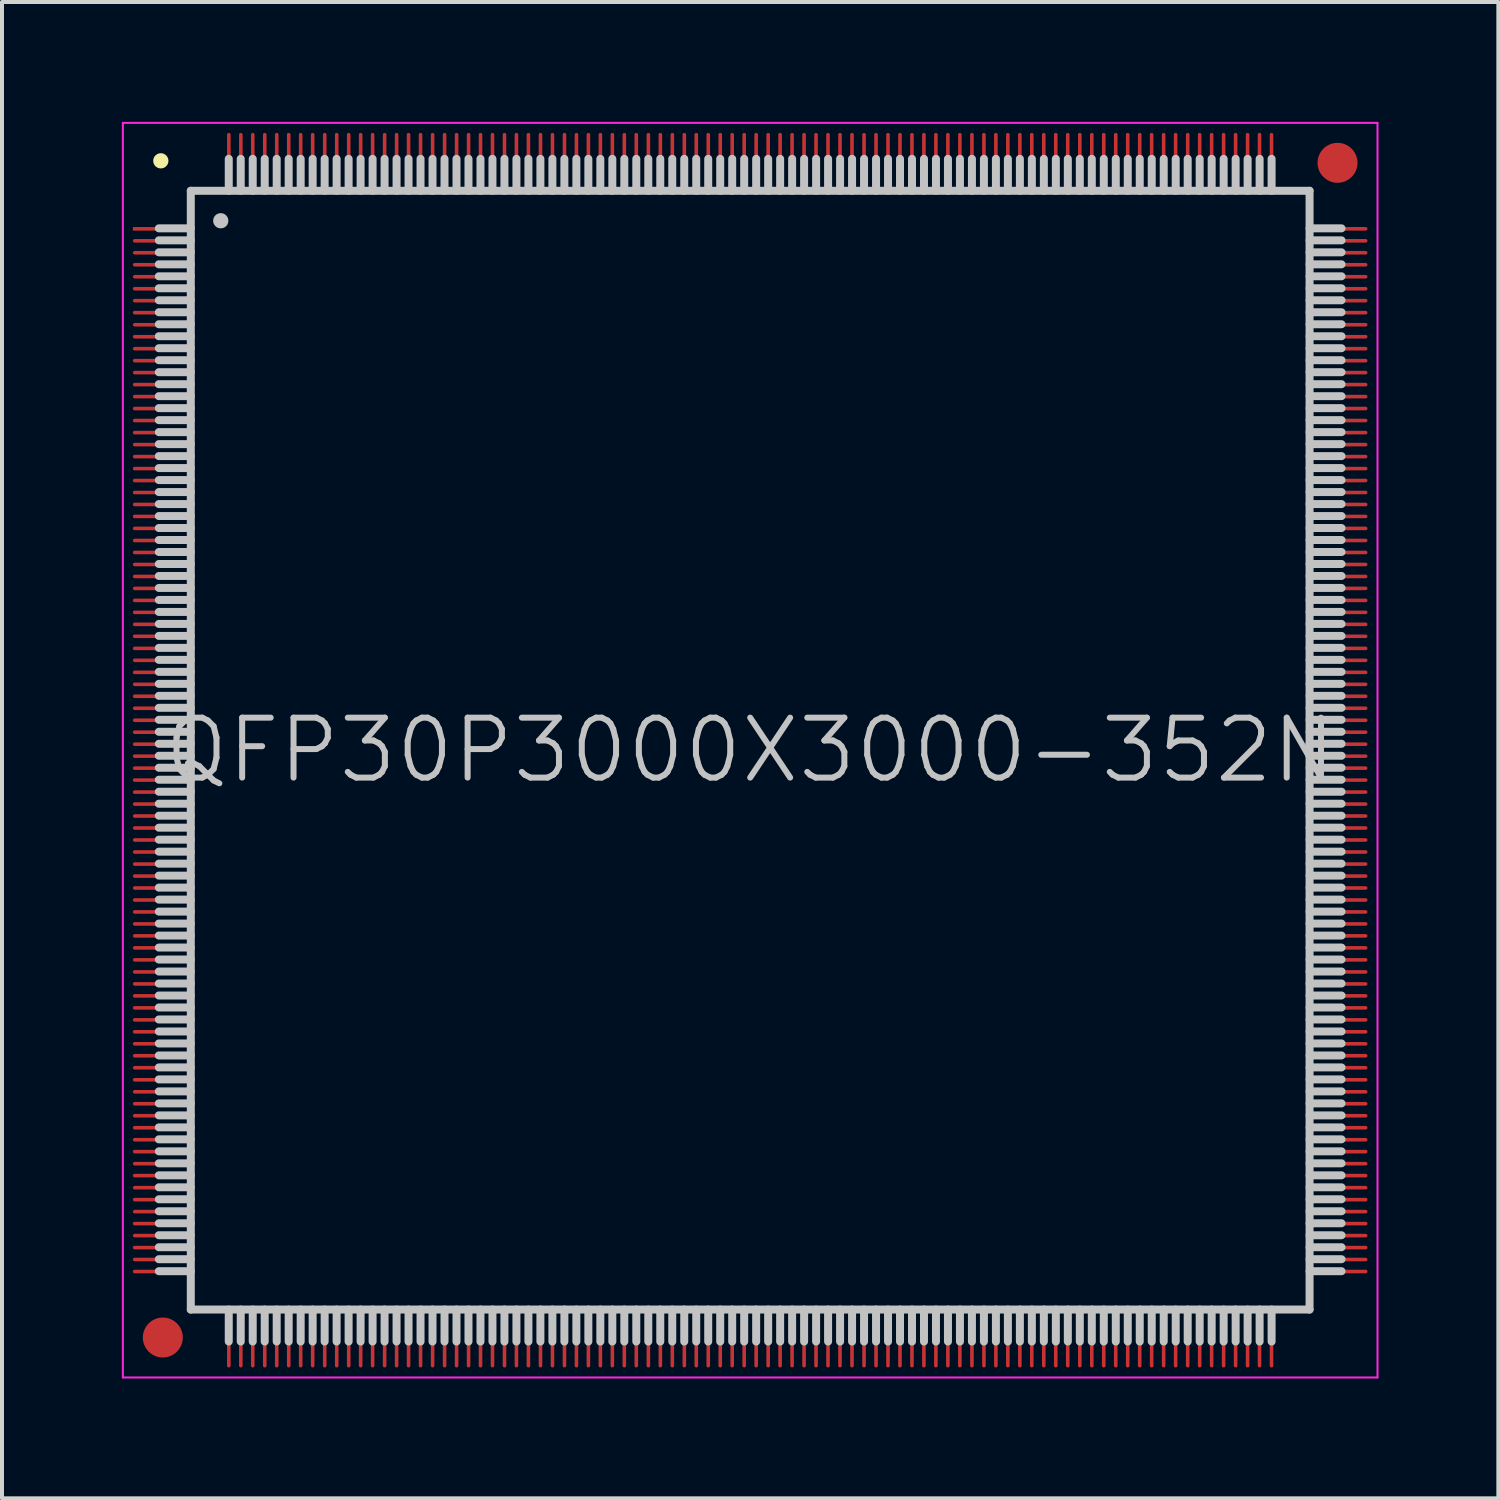
<source format=kicad_pcb>
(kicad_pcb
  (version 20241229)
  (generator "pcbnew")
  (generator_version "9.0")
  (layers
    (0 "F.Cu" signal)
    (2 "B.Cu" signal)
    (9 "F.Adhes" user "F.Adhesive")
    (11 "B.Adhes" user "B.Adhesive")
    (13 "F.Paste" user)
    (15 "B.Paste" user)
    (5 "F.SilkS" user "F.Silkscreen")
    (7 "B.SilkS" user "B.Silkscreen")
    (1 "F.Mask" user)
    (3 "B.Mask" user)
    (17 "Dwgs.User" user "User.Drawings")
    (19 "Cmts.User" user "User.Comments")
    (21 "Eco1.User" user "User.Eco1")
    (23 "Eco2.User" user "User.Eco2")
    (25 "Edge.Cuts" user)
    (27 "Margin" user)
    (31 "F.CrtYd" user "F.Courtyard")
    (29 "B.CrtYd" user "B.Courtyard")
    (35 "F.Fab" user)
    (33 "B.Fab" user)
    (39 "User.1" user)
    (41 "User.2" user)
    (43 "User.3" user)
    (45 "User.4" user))
  (footprint "QFP30P3000X3000-352N"
    (layer "F.Cu")
    (at 15.725 15.725)
    (property "Reference" "QFP30P3000X3000-352N" (at 0 0 0) (layer "Dwgs.User") (effects (font (size 1.5 1.5) (thickness 0.15))))
    (attr smd)
    (fp_line (start -14.75 -14.75) (end -14.75 -14.75) (stroke (width 0.381) (type solid)) (layer "F.SilkS"))
    (fp_line (start -14 -14) (end -14 14) (stroke (width 0.2) (type solid)) (layer "Dwgs.User"))
    (fp_line (start -14 -14) (end 14 -14) (stroke (width 0.2) (type solid)) (layer "Dwgs.User"))
    (fp_line (start -14 -13.06) (end -14.8 -13.06) (stroke (width 0.2) (type solid)) (layer "Dwgs.User"))
    (fp_line (start -14 -12.76) (end -14.8 -12.76) (stroke (width 0.2) (type solid)) (layer "Dwgs.User"))
    (fp_line (start -14 -12.46) (end -14.8 -12.46) (stroke (width 0.2) (type solid)) (layer "Dwgs.User"))
    (fp_line (start -14 -12.16) (end -14.8 -12.16) (stroke (width 0.2) (type solid)) (layer "Dwgs.User"))
    (fp_line (start -14 -11.86) (end -14.8 -11.86) (stroke (width 0.2) (type solid)) (layer "Dwgs.User"))
    (fp_line (start -14 -11.56) (end -14.8 -11.56) (stroke (width 0.2) (type solid)) (layer "Dwgs.User"))
    (fp_line (start -14 -11.26) (end -14.8 -11.26) (stroke (width 0.2) (type solid)) (layer "Dwgs.User"))
    (fp_line (start -14 -10.96) (end -14.8 -10.96) (stroke (width 0.2) (type solid)) (layer "Dwgs.User"))
    (fp_line (start -14 -10.66) (end -14.8 -10.66) (stroke (width 0.2) (type solid)) (layer "Dwgs.User"))
    (fp_line (start -14 -10.36) (end -14.8 -10.36) (stroke (width 0.2) (type solid)) (layer "Dwgs.User"))
    (fp_line (start -14 -10.06) (end -14.8 -10.06) (stroke (width 0.2) (type solid)) (layer "Dwgs.User"))
    (fp_line (start -14 -9.76) (end -14.8 -9.76) (stroke (width 0.2) (type solid)) (layer "Dwgs.User"))
    (fp_line (start -14 -9.46) (end -14.8 -9.46) (stroke (width 0.2) (type solid)) (layer "Dwgs.User"))
    (fp_line (start -14 -9.16) (end -14.8 -9.16) (stroke (width 0.2) (type solid)) (layer "Dwgs.User"))
    (fp_line (start -14 -8.86) (end -14.8 -8.86) (stroke (width 0.2) (type solid)) (layer "Dwgs.User"))
    (fp_line (start -14 -8.56) (end -14.8 -8.56) (stroke (width 0.2) (type solid)) (layer "Dwgs.User"))
    (fp_line (start -14 -8.26) (end -14.8 -8.26) (stroke (width 0.2) (type solid)) (layer "Dwgs.User"))
    (fp_line (start -14 -7.96) (end -14.8 -7.96) (stroke (width 0.2) (type solid)) (layer "Dwgs.User"))
    (fp_line (start -14 -7.66) (end -14.8 -7.66) (stroke (width 0.2) (type solid)) (layer "Dwgs.User"))
    (fp_line (start -14 -7.36) (end -14.8 -7.36) (stroke (width 0.2) (type solid)) (layer "Dwgs.User"))
    (fp_line (start -14 -7.06) (end -14.8 -7.06) (stroke (width 0.2) (type solid)) (layer "Dwgs.User"))
    (fp_line (start -14 -6.76) (end -14.8 -6.76) (stroke (width 0.2) (type solid)) (layer "Dwgs.User"))
    (fp_line (start -14 -6.46) (end -14.8 -6.46) (stroke (width 0.2) (type solid)) (layer "Dwgs.User"))
    (fp_line (start -14 -6.16) (end -14.8 -6.16) (stroke (width 0.2) (type solid)) (layer "Dwgs.User"))
    (fp_line (start -14 -5.86) (end -14.8 -5.86) (stroke (width 0.2) (type solid)) (layer "Dwgs.User"))
    (fp_line (start -14 -5.56) (end -14.8 -5.56) (stroke (width 0.2) (type solid)) (layer "Dwgs.User"))
    (fp_line (start -14 -5.26) (end -14.8 -5.26) (stroke (width 0.2) (type solid)) (layer "Dwgs.User"))
    (fp_line (start -14 -4.96) (end -14.8 -4.96) (stroke (width 0.2) (type solid)) (layer "Dwgs.User"))
    (fp_line (start -14 -4.66) (end -14.8 -4.66) (stroke (width 0.2) (type solid)) (layer "Dwgs.User"))
    (fp_line (start -14 -4.36) (end -14.8 -4.36) (stroke (width 0.2) (type solid)) (layer "Dwgs.User"))
    (fp_line (start -14 -4.06) (end -14.8 -4.06) (stroke (width 0.2) (type solid)) (layer "Dwgs.User"))
    (fp_line (start -14 -3.76) (end -14.8 -3.76) (stroke (width 0.2) (type solid)) (layer "Dwgs.User"))
    (fp_line (start -14 -3.46) (end -14.8 -3.46) (stroke (width 0.2) (type solid)) (layer "Dwgs.User"))
    (fp_line (start -14 -3.16) (end -14.8 -3.16) (stroke (width 0.2) (type solid)) (layer "Dwgs.User"))
    (fp_line (start -14 -2.86) (end -14.8 -2.86) (stroke (width 0.2) (type solid)) (layer "Dwgs.User"))
    (fp_line (start -14 -2.56) (end -14.8 -2.56) (stroke (width 0.2) (type solid)) (layer "Dwgs.User"))
    (fp_line (start -14 -2.26) (end -14.8 -2.26) (stroke (width 0.2) (type solid)) (layer "Dwgs.User"))
    (fp_line (start -14 -1.96) (end -14.8 -1.96) (stroke (width 0.2) (type solid)) (layer "Dwgs.User"))
    (fp_line (start -14 -1.66) (end -14.8 -1.66) (stroke (width 0.2) (type solid)) (layer "Dwgs.User"))
    (fp_line (start -14 -1.36) (end -14.8 -1.36) (stroke (width 0.2) (type solid)) (layer "Dwgs.User"))
    (fp_line (start -14 -1.06) (end -14.8 -1.06) (stroke (width 0.2) (type solid)) (layer "Dwgs.User"))
    (fp_line (start -14 -0.76) (end -14.8 -0.76) (stroke (width 0.2) (type solid)) (layer "Dwgs.User"))
    (fp_line (start -14 -0.46) (end -14.8 -0.46) (stroke (width 0.2) (type solid)) (layer "Dwgs.User"))
    (fp_line (start -14 -0.16) (end -14.8 -0.16) (stroke (width 0.2) (type solid)) (layer "Dwgs.User"))
    (fp_line (start -14 0.14) (end -14.8 0.14) (stroke (width 0.2) (type solid)) (layer "Dwgs.User"))
    (fp_line (start -14 0.44) (end -14.8 0.44) (stroke (width 0.2) (type solid)) (layer "Dwgs.User"))
    (fp_line (start -14 0.74) (end -14.8 0.74) (stroke (width 0.2) (type solid)) (layer "Dwgs.User"))
    (fp_line (start -14 1.04) (end -14.8 1.04) (stroke (width 0.2) (type solid)) (layer "Dwgs.User"))
    (fp_line (start -14 1.34) (end -14.8 1.34) (stroke (width 0.2) (type solid)) (layer "Dwgs.User"))
    (fp_line (start -14 1.64) (end -14.8 1.64) (stroke (width 0.2) (type solid)) (layer "Dwgs.User"))
    (fp_line (start -14 1.94) (end -14.8 1.94) (stroke (width 0.2) (type solid)) (layer "Dwgs.User"))
    (fp_line (start -14 2.24) (end -14.8 2.24) (stroke (width 0.2) (type solid)) (layer "Dwgs.User"))
    (fp_line (start -14 2.54) (end -14.8 2.54) (stroke (width 0.2) (type solid)) (layer "Dwgs.User"))
    (fp_line (start -14 2.84) (end -14.8 2.84) (stroke (width 0.2) (type solid)) (layer "Dwgs.User"))
    (fp_line (start -14 3.14) (end -14.8 3.14) (stroke (width 0.2) (type solid)) (layer "Dwgs.User"))
    (fp_line (start -14 3.44) (end -14.8 3.44) (stroke (width 0.2) (type solid)) (layer "Dwgs.User"))
    (fp_line (start -14 3.74) (end -14.8 3.74) (stroke (width 0.2) (type solid)) (layer "Dwgs.User"))
    (fp_line (start -14 4.04) (end -14.8 4.04) (stroke (width 0.2) (type solid)) (layer "Dwgs.User"))
    (fp_line (start -14 4.34) (end -14.8 4.34) (stroke (width 0.2) (type solid)) (layer "Dwgs.User"))
    (fp_line (start -14 4.64) (end -14.8 4.64) (stroke (width 0.2) (type solid)) (layer "Dwgs.User"))
    (fp_line (start -14 4.94) (end -14.8 4.94) (stroke (width 0.2) (type solid)) (layer "Dwgs.User"))
    (fp_line (start -14 5.24) (end -14.8 5.24) (stroke (width 0.2) (type solid)) (layer "Dwgs.User"))
    (fp_line (start -14 5.54) (end -14.8 5.54) (stroke (width 0.2) (type solid)) (layer "Dwgs.User"))
    (fp_line (start -14 5.84) (end -14.8 5.84) (stroke (width 0.2) (type solid)) (layer "Dwgs.User"))
    (fp_line (start -14 6.14) (end -14.8 6.14) (stroke (width 0.2) (type solid)) (layer "Dwgs.User"))
    (fp_line (start -14 6.44) (end -14.8 6.44) (stroke (width 0.2) (type solid)) (layer "Dwgs.User"))
    (fp_line (start -14 6.74) (end -14.8 6.74) (stroke (width 0.2) (type solid)) (layer "Dwgs.User"))
    (fp_line (start -14 7.04) (end -14.8 7.04) (stroke (width 0.2) (type solid)) (layer "Dwgs.User"))
    (fp_line (start -14 7.34) (end -14.8 7.34) (stroke (width 0.2) (type solid)) (layer "Dwgs.User"))
    (fp_line (start -14 7.64) (end -14.8 7.64) (stroke (width 0.2) (type solid)) (layer "Dwgs.User"))
    (fp_line (start -14 7.94) (end -14.8 7.94) (stroke (width 0.2) (type solid)) (layer "Dwgs.User"))
    (fp_line (start -14 8.24) (end -14.8 8.24) (stroke (width 0.2) (type solid)) (layer "Dwgs.User"))
    (fp_line (start -14 8.54) (end -14.8 8.54) (stroke (width 0.2) (type solid)) (layer "Dwgs.User"))
    (fp_line (start -14 8.84) (end -14.8 8.84) (stroke (width 0.2) (type solid)) (layer "Dwgs.User"))
    (fp_line (start -14 9.14) (end -14.8 9.14) (stroke (width 0.2) (type solid)) (layer "Dwgs.User"))
    (fp_line (start -14 9.44) (end -14.8 9.44) (stroke (width 0.2) (type solid)) (layer "Dwgs.User"))
    (fp_line (start -14 9.74) (end -14.8 9.74) (stroke (width 0.2) (type solid)) (layer "Dwgs.User"))
    (fp_line (start -14 10.04) (end -14.8 10.04) (stroke (width 0.2) (type solid)) (layer "Dwgs.User"))
    (fp_line (start -14 10.34) (end -14.8 10.34) (stroke (width 0.2) (type solid)) (layer "Dwgs.User"))
    (fp_line (start -14 10.64) (end -14.8 10.64) (stroke (width 0.2) (type solid)) (layer "Dwgs.User"))
    (fp_line (start -14 10.94) (end -14.8 10.94) (stroke (width 0.2) (type solid)) (layer "Dwgs.User"))
    (fp_line (start -14 11.24) (end -14.8 11.24) (stroke (width 0.2) (type solid)) (layer "Dwgs.User"))
    (fp_line (start -14 11.54) (end -14.8 11.54) (stroke (width 0.2) (type solid)) (layer "Dwgs.User"))
    (fp_line (start -14 11.84) (end -14.8 11.84) (stroke (width 0.2) (type solid)) (layer "Dwgs.User"))
    (fp_line (start -14 12.14) (end -14.8 12.14) (stroke (width 0.2) (type solid)) (layer "Dwgs.User"))
    (fp_line (start -14 12.44) (end -14.8 12.44) (stroke (width 0.2) (type solid)) (layer "Dwgs.User"))
    (fp_line (start -14 12.74) (end -14.8 12.74) (stroke (width 0.2) (type solid)) (layer "Dwgs.User"))
    (fp_line (start -14 13.04) (end -14.8 13.04) (stroke (width 0.2) (type solid)) (layer "Dwgs.User"))
    (fp_line (start -14 14) (end 14 14) (stroke (width 0.2) (type solid)) (layer "Dwgs.User"))
    (fp_line (start -13.25 -13.25) (end -13.25 -13.25) (stroke (width 0.381) (type solid)) (layer "Dwgs.User"))
    (fp_line (start -13.05 -14) (end -13.05 -14.8) (stroke (width 0.2) (type solid)) (layer "Dwgs.User"))
    (fp_line (start -13.05 14.8) (end -13.05 14) (stroke (width 0.2) (type solid)) (layer "Dwgs.User"))
    (fp_line (start -12.75 -14) (end -12.75 -14.8) (stroke (width 0.2) (type solid)) (layer "Dwgs.User"))
    (fp_line (start -12.75 14.8) (end -12.75 14) (stroke (width 0.2) (type solid)) (layer "Dwgs.User"))
    (fp_line (start -12.45 -14) (end -12.45 -14.8) (stroke (width 0.2) (type solid)) (layer "Dwgs.User"))
    (fp_line (start -12.45 14.8) (end -12.45 14) (stroke (width 0.2) (type solid)) (layer "Dwgs.User"))
    (fp_line (start -12.15 -14) (end -12.15 -14.8) (stroke (width 0.2) (type solid)) (layer "Dwgs.User"))
    (fp_line (start -12.15 14.8) (end -12.15 14) (stroke (width 0.2) (type solid)) (layer "Dwgs.User"))
    (fp_line (start -11.85 -14) (end -11.85 -14.8) (stroke (width 0.2) (type solid)) (layer "Dwgs.User"))
    (fp_line (start -11.85 14.8) (end -11.85 14) (stroke (width 0.2) (type solid)) (layer "Dwgs.User"))
    (fp_line (start -11.55 -14) (end -11.55 -14.8) (stroke (width 0.2) (type solid)) (layer "Dwgs.User"))
    (fp_line (start -11.55 14.8) (end -11.55 14) (stroke (width 0.2) (type solid)) (layer "Dwgs.User"))
    (fp_line (start -11.25 -14) (end -11.25 -14.8) (stroke (width 0.2) (type solid)) (layer "Dwgs.User"))
    (fp_line (start -11.25 14.8) (end -11.25 14) (stroke (width 0.2) (type solid)) (layer "Dwgs.User"))
    (fp_line (start -10.95 -14) (end -10.95 -14.8) (stroke (width 0.2) (type solid)) (layer "Dwgs.User"))
    (fp_line (start -10.95 14.8) (end -10.95 14) (stroke (width 0.2) (type solid)) (layer "Dwgs.User"))
    (fp_line (start -10.65 -14) (end -10.65 -14.8) (stroke (width 0.2) (type solid)) (layer "Dwgs.User"))
    (fp_line (start -10.65 14.8) (end -10.65 14) (stroke (width 0.2) (type solid)) (layer "Dwgs.User"))
    (fp_line (start -10.35 -14) (end -10.35 -14.8) (stroke (width 0.2) (type solid)) (layer "Dwgs.User"))
    (fp_line (start -10.35 14.8) (end -10.35 14) (stroke (width 0.2) (type solid)) (layer "Dwgs.User"))
    (fp_line (start -10.05 -14) (end -10.05 -14.8) (stroke (width 0.2) (type solid)) (layer "Dwgs.User"))
    (fp_line (start -10.05 14.8) (end -10.05 14) (stroke (width 0.2) (type solid)) (layer "Dwgs.User"))
    (fp_line (start -9.75 -14) (end -9.75 -14.8) (stroke (width 0.2) (type solid)) (layer "Dwgs.User"))
    (fp_line (start -9.75 14.8) (end -9.75 14) (stroke (width 0.2) (type solid)) (layer "Dwgs.User"))
    (fp_line (start -9.45 -14) (end -9.45 -14.8) (stroke (width 0.2) (type solid)) (layer "Dwgs.User"))
    (fp_line (start -9.45 14.8) (end -9.45 14) (stroke (width 0.2) (type solid)) (layer "Dwgs.User"))
    (fp_line (start -9.15 -14) (end -9.15 -14.8) (stroke (width 0.2) (type solid)) (layer "Dwgs.User"))
    (fp_line (start -9.15 14.8) (end -9.15 14) (stroke (width 0.2) (type solid)) (layer "Dwgs.User"))
    (fp_line (start -8.85 -14) (end -8.85 -14.8) (stroke (width 0.2) (type solid)) (layer "Dwgs.User"))
    (fp_line (start -8.85 14.8) (end -8.85 14) (stroke (width 0.2) (type solid)) (layer "Dwgs.User"))
    (fp_line (start -8.55 -14) (end -8.55 -14.8) (stroke (width 0.2) (type solid)) (layer "Dwgs.User"))
    (fp_line (start -8.55 14.8) (end -8.55 14) (stroke (width 0.2) (type solid)) (layer "Dwgs.User"))
    (fp_line (start -8.25 -14) (end -8.25 -14.8) (stroke (width 0.2) (type solid)) (layer "Dwgs.User"))
    (fp_line (start -8.25 14.8) (end -8.25 14) (stroke (width 0.2) (type solid)) (layer "Dwgs.User"))
    (fp_line (start -7.95 -14) (end -7.95 -14.8) (stroke (width 0.2) (type solid)) (layer "Dwgs.User"))
    (fp_line (start -7.95 14.8) (end -7.95 14) (stroke (width 0.2) (type solid)) (layer "Dwgs.User"))
    (fp_line (start -7.65 -14) (end -7.65 -14.8) (stroke (width 0.2) (type solid)) (layer "Dwgs.User"))
    (fp_line (start -7.65 14.8) (end -7.65 14) (stroke (width 0.2) (type solid)) (layer "Dwgs.User"))
    (fp_line (start -7.35 -14) (end -7.35 -14.8) (stroke (width 0.2) (type solid)) (layer "Dwgs.User"))
    (fp_line (start -7.35 14.8) (end -7.35 14) (stroke (width 0.2) (type solid)) (layer "Dwgs.User"))
    (fp_line (start -7.05 -14) (end -7.05 -14.8) (stroke (width 0.2) (type solid)) (layer "Dwgs.User"))
    (fp_line (start -7.05 14.8) (end -7.05 14) (stroke (width 0.2) (type solid)) (layer "Dwgs.User"))
    (fp_line (start -6.75 -14) (end -6.75 -14.8) (stroke (width 0.2) (type solid)) (layer "Dwgs.User"))
    (fp_line (start -6.75 14.8) (end -6.75 14) (stroke (width 0.2) (type solid)) (layer "Dwgs.User"))
    (fp_line (start -6.45 -14) (end -6.45 -14.8) (stroke (width 0.2) (type solid)) (layer "Dwgs.User"))
    (fp_line (start -6.45 14.8) (end -6.45 14) (stroke (width 0.2) (type solid)) (layer "Dwgs.User"))
    (fp_line (start -6.15 -14) (end -6.15 -14.8) (stroke (width 0.2) (type solid)) (layer "Dwgs.User"))
    (fp_line (start -6.15 14.8) (end -6.15 14) (stroke (width 0.2) (type solid)) (layer "Dwgs.User"))
    (fp_line (start -5.85 -14) (end -5.85 -14.8) (stroke (width 0.2) (type solid)) (layer "Dwgs.User"))
    (fp_line (start -5.85 14.8) (end -5.85 14) (stroke (width 0.2) (type solid)) (layer "Dwgs.User"))
    (fp_line (start -5.55 -14) (end -5.55 -14.8) (stroke (width 0.2) (type solid)) (layer "Dwgs.User"))
    (fp_line (start -5.55 14.8) (end -5.55 14) (stroke (width 0.2) (type solid)) (layer "Dwgs.User"))
    (fp_line (start -5.25 -14) (end -5.25 -14.8) (stroke (width 0.2) (type solid)) (layer "Dwgs.User"))
    (fp_line (start -5.25 14.8) (end -5.25 14) (stroke (width 0.2) (type solid)) (layer "Dwgs.User"))
    (fp_line (start -4.95 -14) (end -4.95 -14.8) (stroke (width 0.2) (type solid)) (layer "Dwgs.User"))
    (fp_line (start -4.95 14.8) (end -4.95 14) (stroke (width 0.2) (type solid)) (layer "Dwgs.User"))
    (fp_line (start -4.65 -14) (end -4.65 -14.8) (stroke (width 0.2) (type solid)) (layer "Dwgs.User"))
    (fp_line (start -4.65 14.8) (end -4.65 14) (stroke (width 0.2) (type solid)) (layer "Dwgs.User"))
    (fp_line (start -4.35 -14) (end -4.35 -14.8) (stroke (width 0.2) (type solid)) (layer "Dwgs.User"))
    (fp_line (start -4.35 14.8) (end -4.35 14) (stroke (width 0.2) (type solid)) (layer "Dwgs.User"))
    (fp_line (start -4.05 -14) (end -4.05 -14.8) (stroke (width 0.2) (type solid)) (layer "Dwgs.User"))
    (fp_line (start -4.05 14.8) (end -4.05 14) (stroke (width 0.2) (type solid)) (layer "Dwgs.User"))
    (fp_line (start -3.75 -14) (end -3.75 -14.8) (stroke (width 0.2) (type solid)) (layer "Dwgs.User"))
    (fp_line (start -3.75 14.8) (end -3.75 14) (stroke (width 0.2) (type solid)) (layer "Dwgs.User"))
    (fp_line (start -3.45 -14) (end -3.45 -14.8) (stroke (width 0.2) (type solid)) (layer "Dwgs.User"))
    (fp_line (start -3.45 14.8) (end -3.45 14) (stroke (width 0.2) (type solid)) (layer "Dwgs.User"))
    (fp_line (start -3.15 -14) (end -3.15 -14.8) (stroke (width 0.2) (type solid)) (layer "Dwgs.User"))
    (fp_line (start -3.15 14.8) (end -3.15 14) (stroke (width 0.2) (type solid)) (layer "Dwgs.User"))
    (fp_line (start -2.85 -14) (end -2.85 -14.8) (stroke (width 0.2) (type solid)) (layer "Dwgs.User"))
    (fp_line (start -2.85 14.8) (end -2.85 14) (stroke (width 0.2) (type solid)) (layer "Dwgs.User"))
    (fp_line (start -2.55 -14) (end -2.55 -14.8) (stroke (width 0.2) (type solid)) (layer "Dwgs.User"))
    (fp_line (start -2.55 14.8) (end -2.55 14) (stroke (width 0.2) (type solid)) (layer "Dwgs.User"))
    (fp_line (start -2.25 -14) (end -2.25 -14.8) (stroke (width 0.2) (type solid)) (layer "Dwgs.User"))
    (fp_line (start -2.25 14.8) (end -2.25 14) (stroke (width 0.2) (type solid)) (layer "Dwgs.User"))
    (fp_line (start -1.95 -14) (end -1.95 -14.8) (stroke (width 0.2) (type solid)) (layer "Dwgs.User"))
    (fp_line (start -1.95 14.8) (end -1.95 14) (stroke (width 0.2) (type solid)) (layer "Dwgs.User"))
    (fp_line (start -1.65 -14) (end -1.65 -14.8) (stroke (width 0.2) (type solid)) (layer "Dwgs.User"))
    (fp_line (start -1.65 14.8) (end -1.65 14) (stroke (width 0.2) (type solid)) (layer "Dwgs.User"))
    (fp_line (start -1.35 -14) (end -1.35 -14.8) (stroke (width 0.2) (type solid)) (layer "Dwgs.User"))
    (fp_line (start -1.35 14.8) (end -1.35 14) (stroke (width 0.2) (type solid)) (layer "Dwgs.User"))
    (fp_line (start -1.05 -14) (end -1.05 -14.8) (stroke (width 0.2) (type solid)) (layer "Dwgs.User"))
    (fp_line (start -1.05 14.8) (end -1.05 14) (stroke (width 0.2) (type solid)) (layer "Dwgs.User"))
    (fp_line (start -0.75 -14) (end -0.75 -14.8) (stroke (width 0.2) (type solid)) (layer "Dwgs.User"))
    (fp_line (start -0.75 14.8) (end -0.75 14) (stroke (width 0.2) (type solid)) (layer "Dwgs.User"))
    (fp_line (start -0.45 -14) (end -0.45 -14.8) (stroke (width 0.2) (type solid)) (layer "Dwgs.User"))
    (fp_line (start -0.45 14.8) (end -0.45 14) (stroke (width 0.2) (type solid)) (layer "Dwgs.User"))
    (fp_line (start -0.15 -14) (end -0.15 -14.8) (stroke (width 0.2) (type solid)) (layer "Dwgs.User"))
    (fp_line (start -0.15 14.8) (end -0.15 14) (stroke (width 0.2) (type solid)) (layer "Dwgs.User"))
    (fp_line (start 0.15 -14) (end 0.15 -14.8) (stroke (width 0.2) (type solid)) (layer "Dwgs.User"))
    (fp_line (start 0.15 14.8) (end 0.15 14) (stroke (width 0.2) (type solid)) (layer "Dwgs.User"))
    (fp_line (start 0.45 -14) (end 0.45 -14.8) (stroke (width 0.2) (type solid)) (layer "Dwgs.User"))
    (fp_line (start 0.45 14.8) (end 0.45 14) (stroke (width 0.2) (type solid)) (layer "Dwgs.User"))
    (fp_line (start 0.75 -14) (end 0.75 -14.8) (stroke (width 0.2) (type solid)) (layer "Dwgs.User"))
    (fp_line (start 0.75 14.8) (end 0.75 14) (stroke (width 0.2) (type solid)) (layer "Dwgs.User"))
    (fp_line (start 1.05 -14) (end 1.05 -14.8) (stroke (width 0.2) (type solid)) (layer "Dwgs.User"))
    (fp_line (start 1.05 14.8) (end 1.05 14) (stroke (width 0.2) (type solid)) (layer "Dwgs.User"))
    (fp_line (start 1.35 -14) (end 1.35 -14.8) (stroke (width 0.2) (type solid)) (layer "Dwgs.User"))
    (fp_line (start 1.35 14.8) (end 1.35 14) (stroke (width 0.2) (type solid)) (layer "Dwgs.User"))
    (fp_line (start 1.65 -14) (end 1.65 -14.8) (stroke (width 0.2) (type solid)) (layer "Dwgs.User"))
    (fp_line (start 1.65 14.8) (end 1.65 14) (stroke (width 0.2) (type solid)) (layer "Dwgs.User"))
    (fp_line (start 1.95 -14) (end 1.95 -14.8) (stroke (width 0.2) (type solid)) (layer "Dwgs.User"))
    (fp_line (start 1.95 14.8) (end 1.95 14) (stroke (width 0.2) (type solid)) (layer "Dwgs.User"))
    (fp_line (start 2.25 -14) (end 2.25 -14.8) (stroke (width 0.2) (type solid)) (layer "Dwgs.User"))
    (fp_line (start 2.25 14.8) (end 2.25 14) (stroke (width 0.2) (type solid)) (layer "Dwgs.User"))
    (fp_line (start 2.55 -14) (end 2.55 -14.8) (stroke (width 0.2) (type solid)) (layer "Dwgs.User"))
    (fp_line (start 2.55 14.8) (end 2.55 14) (stroke (width 0.2) (type solid)) (layer "Dwgs.User"))
    (fp_line (start 2.85 -14) (end 2.85 -14.8) (stroke (width 0.2) (type solid)) (layer "Dwgs.User"))
    (fp_line (start 2.85 14.8) (end 2.85 14) (stroke (width 0.2) (type solid)) (layer "Dwgs.User"))
    (fp_line (start 3.15 -14) (end 3.15 -14.8) (stroke (width 0.2) (type solid)) (layer "Dwgs.User"))
    (fp_line (start 3.15 14.8) (end 3.15 14) (stroke (width 0.2) (type solid)) (layer "Dwgs.User"))
    (fp_line (start 3.45 -14) (end 3.45 -14.8) (stroke (width 0.2) (type solid)) (layer "Dwgs.User"))
    (fp_line (start 3.45 14.8) (end 3.45 14) (stroke (width 0.2) (type solid)) (layer "Dwgs.User"))
    (fp_line (start 3.75 -14) (end 3.75 -14.8) (stroke (width 0.2) (type solid)) (layer "Dwgs.User"))
    (fp_line (start 3.75 14.8) (end 3.75 14) (stroke (width 0.2) (type solid)) (layer "Dwgs.User"))
    (fp_line (start 4.05 -14) (end 4.05 -14.8) (stroke (width 0.2) (type solid)) (layer "Dwgs.User"))
    (fp_line (start 4.05 14.8) (end 4.05 14) (stroke (width 0.2) (type solid)) (layer "Dwgs.User"))
    (fp_line (start 4.35 -14) (end 4.35 -14.8) (stroke (width 0.2) (type solid)) (layer "Dwgs.User"))
    (fp_line (start 4.35 14.8) (end 4.35 14) (stroke (width 0.2) (type solid)) (layer "Dwgs.User"))
    (fp_line (start 4.65 -14) (end 4.65 -14.8) (stroke (width 0.2) (type solid)) (layer "Dwgs.User"))
    (fp_line (start 4.65 14.8) (end 4.65 14) (stroke (width 0.2) (type solid)) (layer "Dwgs.User"))
    (fp_line (start 4.95 -14) (end 4.95 -14.8) (stroke (width 0.2) (type solid)) (layer "Dwgs.User"))
    (fp_line (start 4.95 14.8) (end 4.95 14) (stroke (width 0.2) (type solid)) (layer "Dwgs.User"))
    (fp_line (start 5.25 -14) (end 5.25 -14.8) (stroke (width 0.2) (type solid)) (layer "Dwgs.User"))
    (fp_line (start 5.25 14.8) (end 5.25 14) (stroke (width 0.2) (type solid)) (layer "Dwgs.User"))
    (fp_line (start 5.55 -14) (end 5.55 -14.8) (stroke (width 0.2) (type solid)) (layer "Dwgs.User"))
    (fp_line (start 5.55 14.8) (end 5.55 14) (stroke (width 0.2) (type solid)) (layer "Dwgs.User"))
    (fp_line (start 5.85 -14) (end 5.85 -14.8) (stroke (width 0.2) (type solid)) (layer "Dwgs.User"))
    (fp_line (start 5.85 14.8) (end 5.85 14) (stroke (width 0.2) (type solid)) (layer "Dwgs.User"))
    (fp_line (start 6.15 -14) (end 6.15 -14.8) (stroke (width 0.2) (type solid)) (layer "Dwgs.User"))
    (fp_line (start 6.15 14.8) (end 6.15 14) (stroke (width 0.2) (type solid)) (layer "Dwgs.User"))
    (fp_line (start 6.45 -14) (end 6.45 -14.8) (stroke (width 0.2) (type solid)) (layer "Dwgs.User"))
    (fp_line (start 6.45 14.8) (end 6.45 14) (stroke (width 0.2) (type solid)) (layer "Dwgs.User"))
    (fp_line (start 6.75 -14) (end 6.75 -14.8) (stroke (width 0.2) (type solid)) (layer "Dwgs.User"))
    (fp_line (start 6.75 14.8) (end 6.75 14) (stroke (width 0.2) (type solid)) (layer "Dwgs.User"))
    (fp_line (start 7.05 -14) (end 7.05 -14.8) (stroke (width 0.2) (type solid)) (layer "Dwgs.User"))
    (fp_line (start 7.05 14.8) (end 7.05 14) (stroke (width 0.2) (type solid)) (layer "Dwgs.User"))
    (fp_line (start 7.35 -14) (end 7.35 -14.8) (stroke (width 0.2) (type solid)) (layer "Dwgs.User"))
    (fp_line (start 7.35 14.8) (end 7.35 14) (stroke (width 0.2) (type solid)) (layer "Dwgs.User"))
    (fp_line (start 7.65 -14) (end 7.65 -14.8) (stroke (width 0.2) (type solid)) (layer "Dwgs.User"))
    (fp_line (start 7.65 14.8) (end 7.65 14) (stroke (width 0.2) (type solid)) (layer "Dwgs.User"))
    (fp_line (start 7.95 -14) (end 7.95 -14.8) (stroke (width 0.2) (type solid)) (layer "Dwgs.User"))
    (fp_line (start 7.95 14.8) (end 7.95 14) (stroke (width 0.2) (type solid)) (layer "Dwgs.User"))
    (fp_line (start 8.25 -14) (end 8.25 -14.8) (stroke (width 0.2) (type solid)) (layer "Dwgs.User"))
    (fp_line (start 8.25 14.8) (end 8.25 14) (stroke (width 0.2) (type solid)) (layer "Dwgs.User"))
    (fp_line (start 8.55 -14) (end 8.55 -14.8) (stroke (width 0.2) (type solid)) (layer "Dwgs.User"))
    (fp_line (start 8.55 14.8) (end 8.55 14) (stroke (width 0.2) (type solid)) (layer "Dwgs.User"))
    (fp_line (start 8.85 -14) (end 8.85 -14.8) (stroke (width 0.2) (type solid)) (layer "Dwgs.User"))
    (fp_line (start 8.85 14.8) (end 8.85 14) (stroke (width 0.2) (type solid)) (layer "Dwgs.User"))
    (fp_line (start 9.15 -14) (end 9.15 -14.8) (stroke (width 0.2) (type solid)) (layer "Dwgs.User"))
    (fp_line (start 9.15 14.8) (end 9.15 14) (stroke (width 0.2) (type solid)) (layer "Dwgs.User"))
    (fp_line (start 9.45 -14) (end 9.45 -14.8) (stroke (width 0.2) (type solid)) (layer "Dwgs.User"))
    (fp_line (start 9.45 14.8) (end 9.45 14) (stroke (width 0.2) (type solid)) (layer "Dwgs.User"))
    (fp_line (start 9.75 -14) (end 9.75 -14.8) (stroke (width 0.2) (type solid)) (layer "Dwgs.User"))
    (fp_line (start 9.75 14.8) (end 9.75 14) (stroke (width 0.2) (type solid)) (layer "Dwgs.User"))
    (fp_line (start 10.05 -14) (end 10.05 -14.8) (stroke (width 0.2) (type solid)) (layer "Dwgs.User"))
    (fp_line (start 10.05 14.8) (end 10.05 14) (stroke (width 0.2) (type solid)) (layer "Dwgs.User"))
    (fp_line (start 10.35 -14) (end 10.35 -14.8) (stroke (width 0.2) (type solid)) (layer "Dwgs.User"))
    (fp_line (start 10.35 14.8) (end 10.35 14) (stroke (width 0.2) (type solid)) (layer "Dwgs.User"))
    (fp_line (start 10.65 -14) (end 10.65 -14.8) (stroke (width 0.2) (type solid)) (layer "Dwgs.User"))
    (fp_line (start 10.65 14.8) (end 10.65 14) (stroke (width 0.2) (type solid)) (layer "Dwgs.User"))
    (fp_line (start 10.95 -14) (end 10.95 -14.8) (stroke (width 0.2) (type solid)) (layer "Dwgs.User"))
    (fp_line (start 10.95 14.8) (end 10.95 14) (stroke (width 0.2) (type solid)) (layer "Dwgs.User"))
    (fp_line (start 11.25 -14) (end 11.25 -14.8) (stroke (width 0.2) (type solid)) (layer "Dwgs.User"))
    (fp_line (start 11.25 14.8) (end 11.25 14) (stroke (width 0.2) (type solid)) (layer "Dwgs.User"))
    (fp_line (start 11.55 -14) (end 11.55 -14.8) (stroke (width 0.2) (type solid)) (layer "Dwgs.User"))
    (fp_line (start 11.55 14.8) (end 11.55 14) (stroke (width 0.2) (type solid)) (layer "Dwgs.User"))
    (fp_line (start 11.85 -14) (end 11.85 -14.8) (stroke (width 0.2) (type solid)) (layer "Dwgs.User"))
    (fp_line (start 11.85 14.8) (end 11.85 14) (stroke (width 0.2) (type solid)) (layer "Dwgs.User"))
    (fp_line (start 12.15 -14) (end 12.15 -14.8) (stroke (width 0.2) (type solid)) (layer "Dwgs.User"))
    (fp_line (start 12.15 14.8) (end 12.15 14) (stroke (width 0.2) (type solid)) (layer "Dwgs.User"))
    (fp_line (start 12.45 -14) (end 12.45 -14.8) (stroke (width 0.2) (type solid)) (layer "Dwgs.User"))
    (fp_line (start 12.45 14.8) (end 12.45 14) (stroke (width 0.2) (type solid)) (layer "Dwgs.User"))
    (fp_line (start 12.75 -14) (end 12.75 -14.8) (stroke (width 0.2) (type solid)) (layer "Dwgs.User"))
    (fp_line (start 12.75 14.8) (end 12.75 14) (stroke (width 0.2) (type solid)) (layer "Dwgs.User"))
    (fp_line (start 13.05 -14) (end 13.05 -14.8) (stroke (width 0.2) (type solid)) (layer "Dwgs.User"))
    (fp_line (start 13.05 14.8) (end 13.05 14) (stroke (width 0.2) (type solid)) (layer "Dwgs.User"))
    (fp_line (start 14 -14) (end 14 14) (stroke (width 0.2) (type solid)) (layer "Dwgs.User"))
    (fp_line (start 14.8 -13.06) (end 14 -13.06) (stroke (width 0.2) (type solid)) (layer "Dwgs.User"))
    (fp_line (start 14.8 -12.76) (end 14 -12.76) (stroke (width 0.2) (type solid)) (layer "Dwgs.User"))
    (fp_line (start 14.8 -12.46) (end 14 -12.46) (stroke (width 0.2) (type solid)) (layer "Dwgs.User"))
    (fp_line (start 14.8 -12.16) (end 14 -12.16) (stroke (width 0.2) (type solid)) (layer "Dwgs.User"))
    (fp_line (start 14.8 -11.86) (end 14 -11.86) (stroke (width 0.2) (type solid)) (layer "Dwgs.User"))
    (fp_line (start 14.8 -11.56) (end 14 -11.56) (stroke (width 0.2) (type solid)) (layer "Dwgs.User"))
    (fp_line (start 14.8 -11.26) (end 14 -11.26) (stroke (width 0.2) (type solid)) (layer "Dwgs.User"))
    (fp_line (start 14.8 -10.96) (end 14 -10.96) (stroke (width 0.2) (type solid)) (layer "Dwgs.User"))
    (fp_line (start 14.8 -10.66) (end 14 -10.66) (stroke (width 0.2) (type solid)) (layer "Dwgs.User"))
    (fp_line (start 14.8 -10.36) (end 14 -10.36) (stroke (width 0.2) (type solid)) (layer "Dwgs.User"))
    (fp_line (start 14.8 -10.06) (end 14 -10.06) (stroke (width 0.2) (type solid)) (layer "Dwgs.User"))
    (fp_line (start 14.8 -9.76) (end 14 -9.76) (stroke (width 0.2) (type solid)) (layer "Dwgs.User"))
    (fp_line (start 14.8 -9.46) (end 14 -9.46) (stroke (width 0.2) (type solid)) (layer "Dwgs.User"))
    (fp_line (start 14.8 -9.16) (end 14 -9.16) (stroke (width 0.2) (type solid)) (layer "Dwgs.User"))
    (fp_line (start 14.8 -8.86) (end 14 -8.86) (stroke (width 0.2) (type solid)) (layer "Dwgs.User"))
    (fp_line (start 14.8 -8.56) (end 14 -8.56) (stroke (width 0.2) (type solid)) (layer "Dwgs.User"))
    (fp_line (start 14.8 -8.26) (end 14 -8.26) (stroke (width 0.2) (type solid)) (layer "Dwgs.User"))
    (fp_line (start 14.8 -7.96) (end 14 -7.96) (stroke (width 0.2) (type solid)) (layer "Dwgs.User"))
    (fp_line (start 14.8 -7.66) (end 14 -7.66) (stroke (width 0.2) (type solid)) (layer "Dwgs.User"))
    (fp_line (start 14.8 -7.36) (end 14 -7.36) (stroke (width 0.2) (type solid)) (layer "Dwgs.User"))
    (fp_line (start 14.8 -7.06) (end 14 -7.06) (stroke (width 0.2) (type solid)) (layer "Dwgs.User"))
    (fp_line (start 14.8 -6.76) (end 14 -6.76) (stroke (width 0.2) (type solid)) (layer "Dwgs.User"))
    (fp_line (start 14.8 -6.46) (end 14 -6.46) (stroke (width 0.2) (type solid)) (layer "Dwgs.User"))
    (fp_line (start 14.8 -6.16) (end 14 -6.16) (stroke (width 0.2) (type solid)) (layer "Dwgs.User"))
    (fp_line (start 14.8 -5.86) (end 14 -5.86) (stroke (width 0.2) (type solid)) (layer "Dwgs.User"))
    (fp_line (start 14.8 -5.56) (end 14 -5.56) (stroke (width 0.2) (type solid)) (layer "Dwgs.User"))
    (fp_line (start 14.8 -5.26) (end 14 -5.26) (stroke (width 0.2) (type solid)) (layer "Dwgs.User"))
    (fp_line (start 14.8 -4.96) (end 14 -4.96) (stroke (width 0.2) (type solid)) (layer "Dwgs.User"))
    (fp_line (start 14.8 -4.66) (end 14 -4.66) (stroke (width 0.2) (type solid)) (layer "Dwgs.User"))
    (fp_line (start 14.8 -4.36) (end 14 -4.36) (stroke (width 0.2) (type solid)) (layer "Dwgs.User"))
    (fp_line (start 14.8 -4.06) (end 14 -4.06) (stroke (width 0.2) (type solid)) (layer "Dwgs.User"))
    (fp_line (start 14.8 -3.76) (end 14 -3.76) (stroke (width 0.2) (type solid)) (layer "Dwgs.User"))
    (fp_line (start 14.8 -3.46) (end 14 -3.46) (stroke (width 0.2) (type solid)) (layer "Dwgs.User"))
    (fp_line (start 14.8 -3.16) (end 14 -3.16) (stroke (width 0.2) (type solid)) (layer "Dwgs.User"))
    (fp_line (start 14.8 -2.86) (end 14 -2.86) (stroke (width 0.2) (type solid)) (layer "Dwgs.User"))
    (fp_line (start 14.8 -2.56) (end 14 -2.56) (stroke (width 0.2) (type solid)) (layer "Dwgs.User"))
    (fp_line (start 14.8 -2.26) (end 14 -2.26) (stroke (width 0.2) (type solid)) (layer "Dwgs.User"))
    (fp_line (start 14.8 -1.96) (end 14 -1.96) (stroke (width 0.2) (type solid)) (layer "Dwgs.User"))
    (fp_line (start 14.8 -1.66) (end 14 -1.66) (stroke (width 0.2) (type solid)) (layer "Dwgs.User"))
    (fp_line (start 14.8 -1.36) (end 14 -1.36) (stroke (width 0.2) (type solid)) (layer "Dwgs.User"))
    (fp_line (start 14.8 -1.06) (end 14 -1.06) (stroke (width 0.2) (type solid)) (layer "Dwgs.User"))
    (fp_line (start 14.8 -0.76) (end 14 -0.76) (stroke (width 0.2) (type solid)) (layer "Dwgs.User"))
    (fp_line (start 14.8 -0.46) (end 14 -0.46) (stroke (width 0.2) (type solid)) (layer "Dwgs.User"))
    (fp_line (start 14.8 -0.16) (end 14 -0.16) (stroke (width 0.2) (type solid)) (layer "Dwgs.User"))
    (fp_line (start 14.8 0.14) (end 14 0.14) (stroke (width 0.2) (type solid)) (layer "Dwgs.User"))
    (fp_line (start 14.8 0.44) (end 14 0.44) (stroke (width 0.2) (type solid)) (layer "Dwgs.User"))
    (fp_line (start 14.8 0.74) (end 14 0.74) (stroke (width 0.2) (type solid)) (layer "Dwgs.User"))
    (fp_line (start 14.8 1.04) (end 14 1.04) (stroke (width 0.2) (type solid)) (layer "Dwgs.User"))
    (fp_line (start 14.8 1.34) (end 14 1.34) (stroke (width 0.2) (type solid)) (layer "Dwgs.User"))
    (fp_line (start 14.8 1.64) (end 14 1.64) (stroke (width 0.2) (type solid)) (layer "Dwgs.User"))
    (fp_line (start 14.8 1.94) (end 14 1.94) (stroke (width 0.2) (type solid)) (layer "Dwgs.User"))
    (fp_line (start 14.8 2.24) (end 14 2.24) (stroke (width 0.2) (type solid)) (layer "Dwgs.User"))
    (fp_line (start 14.8 2.54) (end 14 2.54) (stroke (width 0.2) (type solid)) (layer "Dwgs.User"))
    (fp_line (start 14.8 2.84) (end 14 2.84) (stroke (width 0.2) (type solid)) (layer "Dwgs.User"))
    (fp_line (start 14.8 3.14) (end 14 3.14) (stroke (width 0.2) (type solid)) (layer "Dwgs.User"))
    (fp_line (start 14.8 3.44) (end 14 3.44) (stroke (width 0.2) (type solid)) (layer "Dwgs.User"))
    (fp_line (start 14.8 3.74) (end 14 3.74) (stroke (width 0.2) (type solid)) (layer "Dwgs.User"))
    (fp_line (start 14.8 4.04) (end 14 4.04) (stroke (width 0.2) (type solid)) (layer "Dwgs.User"))
    (fp_line (start 14.8 4.34) (end 14 4.34) (stroke (width 0.2) (type solid)) (layer "Dwgs.User"))
    (fp_line (start 14.8 4.64) (end 14 4.64) (stroke (width 0.2) (type solid)) (layer "Dwgs.User"))
    (fp_line (start 14.8 4.94) (end 14 4.94) (stroke (width 0.2) (type solid)) (layer "Dwgs.User"))
    (fp_line (start 14.8 5.24) (end 14 5.24) (stroke (width 0.2) (type solid)) (layer "Dwgs.User"))
    (fp_line (start 14.8 5.54) (end 14 5.54) (stroke (width 0.2) (type solid)) (layer "Dwgs.User"))
    (fp_line (start 14.8 5.84) (end 14 5.84) (stroke (width 0.2) (type solid)) (layer "Dwgs.User"))
    (fp_line (start 14.8 6.14) (end 14 6.14) (stroke (width 0.2) (type solid)) (layer "Dwgs.User"))
    (fp_line (start 14.8 6.44) (end 14 6.44) (stroke (width 0.2) (type solid)) (layer "Dwgs.User"))
    (fp_line (start 14.8 6.74) (end 14 6.74) (stroke (width 0.2) (type solid)) (layer "Dwgs.User"))
    (fp_line (start 14.8 7.04) (end 14 7.04) (stroke (width 0.2) (type solid)) (layer "Dwgs.User"))
    (fp_line (start 14.8 7.34) (end 14 7.34) (stroke (width 0.2) (type solid)) (layer "Dwgs.User"))
    (fp_line (start 14.8 7.64) (end 14 7.64) (stroke (width 0.2) (type solid)) (layer "Dwgs.User"))
    (fp_line (start 14.8 7.94) (end 14 7.94) (stroke (width 0.2) (type solid)) (layer "Dwgs.User"))
    (fp_line (start 14.8 8.24) (end 14 8.24) (stroke (width 0.2) (type solid)) (layer "Dwgs.User"))
    (fp_line (start 14.8 8.54) (end 14 8.54) (stroke (width 0.2) (type solid)) (layer "Dwgs.User"))
    (fp_line (start 14.8 8.84) (end 14 8.84) (stroke (width 0.2) (type solid)) (layer "Dwgs.User"))
    (fp_line (start 14.8 9.14) (end 14 9.14) (stroke (width 0.2) (type solid)) (layer "Dwgs.User"))
    (fp_line (start 14.8 9.44) (end 14 9.44) (stroke (width 0.2) (type solid)) (layer "Dwgs.User"))
    (fp_line (start 14.8 9.74) (end 14 9.74) (stroke (width 0.2) (type solid)) (layer "Dwgs.User"))
    (fp_line (start 14.8 10.04) (end 14 10.04) (stroke (width 0.2) (type solid)) (layer "Dwgs.User"))
    (fp_line (start 14.8 10.34) (end 14 10.34) (stroke (width 0.2) (type solid)) (layer "Dwgs.User"))
    (fp_line (start 14.8 10.64) (end 14 10.64) (stroke (width 0.2) (type solid)) (layer "Dwgs.User"))
    (fp_line (start 14.8 10.94) (end 14 10.94) (stroke (width 0.2) (type solid)) (layer "Dwgs.User"))
    (fp_line (start 14.8 11.24) (end 14 11.24) (stroke (width 0.2) (type solid)) (layer "Dwgs.User"))
    (fp_line (start 14.8 11.54) (end 14 11.54) (stroke (width 0.2) (type solid)) (layer "Dwgs.User"))
    (fp_line (start 14.8 11.84) (end 14 11.84) (stroke (width 0.2) (type solid)) (layer "Dwgs.User"))
    (fp_line (start 14.8 12.14) (end 14 12.14) (stroke (width 0.2) (type solid)) (layer "Dwgs.User"))
    (fp_line (start 14.8 12.44) (end 14 12.44) (stroke (width 0.2) (type solid)) (layer "Dwgs.User"))
    (fp_line (start 14.8 12.74) (end 14 12.74) (stroke (width 0.2) (type solid)) (layer "Dwgs.User"))
    (fp_line (start 14.8 13.04) (end 14 13.04) (stroke (width 0.2) (type solid)) (layer "Dwgs.User"))
    (fp_line (start -15.7 -15.7) (end -15.7 15.7) (stroke (width 0.05) (type solid)) (layer "F.CrtYd"))
    (fp_line (start -15.7 -15.7) (end 15.7 -15.7) (stroke (width 0.05) (type solid)) (layer "F.CrtYd"))
    (fp_line (start -15.7 15.7) (end 15.7 15.7) (stroke (width 0.05) (type solid)) (layer "F.CrtYd"))
    (fp_line (start 15.7 -15.7) (end 15.7 15.7) (stroke (width 0.05) (type solid)) (layer "F.CrtYd"))
    (pad "" smd circle (at -14.7 14.7) (size 1 1) (layers "F.Cu" "F.Mask"))
    (pad "" smd circle (at 14.7 -14.7) (size 1 1) (layers "F.Cu" "F.Mask"))
    (pad "1" smd rect (at -14.699 -13.048 90) (size 0.09 1.5) (layers "F.Cu" "F.Mask" "F.Paste"))
    (pad "2" smd oval (at -14.699 -12.748 90) (size 0.09 1.5) (layers "F.Cu" "F.Mask" "F.Paste"))
    (pad "3" smd oval (at -14.699 -12.449 90) (size 0.09 1.5) (layers "F.Cu" "F.Mask" "F.Paste"))
    (pad "4" smd oval (at -14.699 -12.149 90) (size 0.09 1.5) (layers "F.Cu" "F.Mask" "F.Paste"))
    (pad "5" smd oval (at -14.699 -11.849 90) (size 0.09 1.5) (layers "F.Cu" "F.Mask" "F.Paste"))
    (pad "6" smd oval (at -14.699 -11.549 90) (size 0.09 1.5) (layers "F.Cu" "F.Mask" "F.Paste"))
    (pad "7" smd oval (at -14.699 -11.25 90) (size 0.09 1.5) (layers "F.Cu" "F.Mask" "F.Paste"))
    (pad "8" smd oval (at -14.699 -10.95 90) (size 0.09 1.5) (layers "F.Cu" "F.Mask" "F.Paste"))
    (pad "9" smd oval (at -14.699 -10.648 90) (size 0.09 1.5) (layers "F.Cu" "F.Mask" "F.Paste"))
    (pad "10" smd oval (at -14.699 -10.348 90) (size 0.09 1.5) (layers "F.Cu" "F.Mask" "F.Paste"))
    (pad "11" smd oval (at -14.699 -10.048 90) (size 0.09 1.5) (layers "F.Cu" "F.Mask" "F.Paste"))
    (pad "12" smd oval (at -14.699 -9.749 90) (size 0.09 1.5) (layers "F.Cu" "F.Mask" "F.Paste"))
    (pad "13" smd oval (at -14.699 -9.449 90) (size 0.09 1.5) (layers "F.Cu" "F.Mask" "F.Paste"))
    (pad "14" smd oval (at -14.699 -9.149 90) (size 0.09 1.5) (layers "F.Cu" "F.Mask" "F.Paste"))
    (pad "15" smd oval (at -14.699 -8.849 90) (size 0.09 1.5) (layers "F.Cu" "F.Mask" "F.Paste"))
    (pad "16" smd oval (at -14.699 -8.55 90) (size 0.09 1.5) (layers "F.Cu" "F.Mask" "F.Paste"))
    (pad "17" smd oval (at -14.699 -8.25 90) (size 0.09 1.5) (layers "F.Cu" "F.Mask" "F.Paste"))
    (pad "18" smd oval (at -14.699 -7.948 90) (size 0.09 1.5) (layers "F.Cu" "F.Mask" "F.Paste"))
    (pad "19" smd oval (at -14.699 -7.648 90) (size 0.09 1.5) (layers "F.Cu" "F.Mask" "F.Paste"))
    (pad "20" smd oval (at -14.699 -7.348 90) (size 0.09 1.5) (layers "F.Cu" "F.Mask" "F.Paste"))
    (pad "21" smd oval (at -14.699 -7.048 90) (size 0.09 1.5) (layers "F.Cu" "F.Mask" "F.Paste"))
    (pad "22" smd oval (at -14.699 -6.749 90) (size 0.09 1.5) (layers "F.Cu" "F.Mask" "F.Paste"))
    (pad "23" smd oval (at -14.699 -6.449 90) (size 0.09 1.5) (layers "F.Cu" "F.Mask" "F.Paste"))
    (pad "24" smd oval (at -14.699 -6.149 90) (size 0.09 1.5) (layers "F.Cu" "F.Mask" "F.Paste"))
    (pad "25" smd oval (at -14.699 -5.85 90) (size 0.09 1.5) (layers "F.Cu" "F.Mask" "F.Paste"))
    (pad "26" smd oval (at -14.699 -5.55 90) (size 0.09 1.5) (layers "F.Cu" "F.Mask" "F.Paste"))
    (pad "27" smd oval (at -14.699 -5.248 90) (size 0.09 1.5) (layers "F.Cu" "F.Mask" "F.Paste"))
    (pad "28" smd oval (at -14.699 -4.948 90) (size 0.09 1.5) (layers "F.Cu" "F.Mask" "F.Paste"))
    (pad "29" smd oval (at -14.699 -4.648 90) (size 0.09 1.5) (layers "F.Cu" "F.Mask" "F.Paste"))
    (pad "30" smd oval (at -14.699 -4.348 90) (size 0.09 1.5) (layers "F.Cu" "F.Mask" "F.Paste"))
    (pad "31" smd oval (at -14.699 -4.049 90) (size 0.09 1.5) (layers "F.Cu" "F.Mask" "F.Paste"))
    (pad "32" smd oval (at -14.699 -3.749 90) (size 0.09 1.5) (layers "F.Cu" "F.Mask" "F.Paste"))
    (pad "33" smd oval (at -14.699 -3.449 90) (size 0.09 1.5) (layers "F.Cu" "F.Mask" "F.Paste"))
    (pad "34" smd oval (at -14.699 -3.15 90) (size 0.09 1.5) (layers "F.Cu" "F.Mask" "F.Paste"))
    (pad "35" smd oval (at -14.699 -2.85 90) (size 0.09 1.5) (layers "F.Cu" "F.Mask" "F.Paste"))
    (pad "36" smd oval (at -14.699 -2.548 90) (size 0.09 1.5) (layers "F.Cu" "F.Mask" "F.Paste"))
    (pad "37" smd oval (at -14.699 -2.248 90) (size 0.09 1.5) (layers "F.Cu" "F.Mask" "F.Paste"))
    (pad "38" smd oval (at -14.699 -1.948 90) (size 0.09 1.5) (layers "F.Cu" "F.Mask" "F.Paste"))
    (pad "39" smd oval (at -14.699 -1.648 90) (size 0.09 1.5) (layers "F.Cu" "F.Mask" "F.Paste"))
    (pad "40" smd oval (at -14.699 -1.349 90) (size 0.09 1.5) (layers "F.Cu" "F.Mask" "F.Paste"))
    (pad "41" smd oval (at -14.699 -1.049 90) (size 0.09 1.5) (layers "F.Cu" "F.Mask" "F.Paste"))
    (pad "42" smd oval (at -14.699 -0.749 90) (size 0.09 1.5) (layers "F.Cu" "F.Mask" "F.Paste"))
    (pad "43" smd oval (at -14.699 -0.45 90) (size 0.09 1.5) (layers "F.Cu" "F.Mask" "F.Paste"))
    (pad "44" smd oval (at -14.699 -0.15 90) (size 0.09 1.5) (layers "F.Cu" "F.Mask" "F.Paste"))
    (pad "45" smd oval (at -14.699 0.15 90) (size 0.09 1.5) (layers "F.Cu" "F.Mask" "F.Paste"))
    (pad "46" smd oval (at -14.699 0.45 90) (size 0.09 1.5) (layers "F.Cu" "F.Mask" "F.Paste"))
    (pad "47" smd oval (at -14.699 0.749 90) (size 0.09 1.5) (layers "F.Cu" "F.Mask" "F.Paste"))
    (pad "48" smd oval (at -14.699 1.049 90) (size 0.09 1.5) (layers "F.Cu" "F.Mask" "F.Paste"))
    (pad "49" smd oval (at -14.699 1.349 90) (size 0.09 1.5) (layers "F.Cu" "F.Mask" "F.Paste"))
    (pad "50" smd oval (at -14.699 1.648 90) (size 0.09 1.5) (layers "F.Cu" "F.Mask" "F.Paste"))
    (pad "51" smd oval (at -14.699 1.948 90) (size 0.09 1.5) (layers "F.Cu" "F.Mask" "F.Paste"))
    (pad "52" smd oval (at -14.699 2.248 90) (size 0.09 1.5) (layers "F.Cu" "F.Mask" "F.Paste"))
    (pad "53" smd oval (at -14.699 2.548 90) (size 0.09 1.5) (layers "F.Cu" "F.Mask" "F.Paste"))
    (pad "54" smd oval (at -14.699 2.85 90) (size 0.09 1.5) (layers "F.Cu" "F.Mask" "F.Paste"))
    (pad "55" smd oval (at -14.699 3.15 90) (size 0.09 1.5) (layers "F.Cu" "F.Mask" "F.Paste"))
    (pad "56" smd oval (at -14.699 3.449 90) (size 0.09 1.5) (layers "F.Cu" "F.Mask" "F.Paste"))
    (pad "57" smd oval (at -14.699 3.749 90) (size 0.09 1.5) (layers "F.Cu" "F.Mask" "F.Paste"))
    (pad "58" smd oval (at -14.699 4.049 90) (size 0.09 1.5) (layers "F.Cu" "F.Mask" "F.Paste"))
    (pad "59" smd oval (at -14.699 4.348 90) (size 0.09 1.5) (layers "F.Cu" "F.Mask" "F.Paste"))
    (pad "60" smd oval (at -14.699 4.648 90) (size 0.09 1.5) (layers "F.Cu" "F.Mask" "F.Paste"))
    (pad "61" smd oval (at -14.699 4.948 90) (size 0.09 1.5) (layers "F.Cu" "F.Mask" "F.Paste"))
    (pad "62" smd oval (at -14.699 5.248 90) (size 0.09 1.5) (layers "F.Cu" "F.Mask" "F.Paste"))
    (pad "63" smd oval (at -14.699 5.55 90) (size 0.09 1.5) (layers "F.Cu" "F.Mask" "F.Paste"))
    (pad "64" smd oval (at -14.699 5.85 90) (size 0.09 1.5) (layers "F.Cu" "F.Mask" "F.Paste"))
    (pad "65" smd oval (at -14.699 6.149 90) (size 0.09 1.5) (layers "F.Cu" "F.Mask" "F.Paste"))
    (pad "66" smd oval (at -14.699 6.449 90) (size 0.09 1.5) (layers "F.Cu" "F.Mask" "F.Paste"))
    (pad "67" smd oval (at -14.699 6.749 90) (size 0.09 1.5) (layers "F.Cu" "F.Mask" "F.Paste"))
    (pad "68" smd oval (at -14.699 7.048 90) (size 0.09 1.5) (layers "F.Cu" "F.Mask" "F.Paste"))
    (pad "69" smd oval (at -14.699 7.348 90) (size 0.09 1.5) (layers "F.Cu" "F.Mask" "F.Paste"))
    (pad "70" smd oval (at -14.699 7.648 90) (size 0.09 1.5) (layers "F.Cu" "F.Mask" "F.Paste"))
    (pad "71" smd oval (at -14.699 7.948 90) (size 0.09 1.5) (layers "F.Cu" "F.Mask" "F.Paste"))
    (pad "72" smd oval (at -14.699 8.25 90) (size 0.09 1.5) (layers "F.Cu" "F.Mask" "F.Paste"))
    (pad "73" smd oval (at -14.699 8.55 90) (size 0.09 1.5) (layers "F.Cu" "F.Mask" "F.Paste"))
    (pad "74" smd oval (at -14.699 8.849 90) (size 0.09 1.5) (layers "F.Cu" "F.Mask" "F.Paste"))
    (pad "75" smd oval (at -14.699 9.149 90) (size 0.09 1.5) (layers "F.Cu" "F.Mask" "F.Paste"))
    (pad "76" smd oval (at -14.699 9.449 90) (size 0.09 1.5) (layers "F.Cu" "F.Mask" "F.Paste"))
    (pad "77" smd oval (at -14.699 9.749 90) (size 0.09 1.5) (layers "F.Cu" "F.Mask" "F.Paste"))
    (pad "78" smd oval (at -14.699 10.048 90) (size 0.09 1.5) (layers "F.Cu" "F.Mask" "F.Paste"))
    (pad "79" smd oval (at -14.699 10.348 90) (size 0.09 1.5) (layers "F.Cu" "F.Mask" "F.Paste"))
    (pad "80" smd oval (at -14.699 10.648 90) (size 0.09 1.5) (layers "F.Cu" "F.Mask" "F.Paste"))
    (pad "81" smd oval (at -14.699 10.95 90) (size 0.09 1.5) (layers "F.Cu" "F.Mask" "F.Paste"))
    (pad "82" smd oval (at -14.699 11.25 90) (size 0.09 1.5) (layers "F.Cu" "F.Mask" "F.Paste"))
    (pad "83" smd oval (at -14.699 11.549 90) (size 0.09 1.5) (layers "F.Cu" "F.Mask" "F.Paste"))
    (pad "84" smd oval (at -14.699 11.849 90) (size 0.09 1.5) (layers "F.Cu" "F.Mask" "F.Paste"))
    (pad "85" smd oval (at -14.699 12.149 90) (size 0.09 1.5) (layers "F.Cu" "F.Mask" "F.Paste"))
    (pad "86" smd oval (at -14.699 12.449 90) (size 0.09 1.5) (layers "F.Cu" "F.Mask" "F.Paste"))
    (pad "87" smd oval (at -14.699 12.748 90) (size 0.09 1.5) (layers "F.Cu" "F.Mask" "F.Paste"))
    (pad "88" smd oval (at -14.699 13.048 90) (size 0.09 1.5) (layers "F.Cu" "F.Mask" "F.Paste"))
    (pad "89" smd oval (at -13.048 14.699 180) (size 0.09 1.5) (layers "F.Cu" "F.Mask" "F.Paste"))
    (pad "90" smd oval (at -12.748 14.699 180) (size 0.09 1.5) (layers "F.Cu" "F.Mask" "F.Paste"))
    (pad "91" smd oval (at -12.449 14.699 180) (size 0.09 1.5) (layers "F.Cu" "F.Mask" "F.Paste"))
    (pad "92" smd oval (at -12.149 14.699 180) (size 0.09 1.5) (layers "F.Cu" "F.Mask" "F.Paste"))
    (pad "93" smd oval (at -11.849 14.699 180) (size 0.09 1.5) (layers "F.Cu" "F.Mask" "F.Paste"))
    (pad "94" smd oval (at -11.549 14.699 180) (size 0.09 1.5) (layers "F.Cu" "F.Mask" "F.Paste"))
    (pad "95" smd oval (at -11.25 14.699 180) (size 0.09 1.5) (layers "F.Cu" "F.Mask" "F.Paste"))
    (pad "96" smd oval (at -10.95 14.699 180) (size 0.09 1.5) (layers "F.Cu" "F.Mask" "F.Paste"))
    (pad "97" smd oval (at -10.648 14.699 180) (size 0.09 1.5) (layers "F.Cu" "F.Mask" "F.Paste"))
    (pad "98" smd oval (at -10.348 14.699 180) (size 0.09 1.5) (layers "F.Cu" "F.Mask" "F.Paste"))
    (pad "99" smd oval (at -10.048 14.699 180) (size 0.09 1.5) (layers "F.Cu" "F.Mask" "F.Paste"))
    (pad "100" smd oval (at -9.749 14.699 180) (size 0.09 1.5) (layers "F.Cu" "F.Mask" "F.Paste"))
    (pad "101" smd oval (at -9.449 14.699 180) (size 0.09 1.5) (layers "F.Cu" "F.Mask" "F.Paste"))
    (pad "102" smd oval (at -9.149 14.699 180) (size 0.09 1.5) (layers "F.Cu" "F.Mask" "F.Paste"))
    (pad "103" smd oval (at -8.849 14.699 180) (size 0.09 1.5) (layers "F.Cu" "F.Mask" "F.Paste"))
    (pad "104" smd oval (at -8.55 14.699 180) (size 0.09 1.5) (layers "F.Cu" "F.Mask" "F.Paste"))
    (pad "105" smd oval (at -8.25 14.699 180) (size 0.09 1.5) (layers "F.Cu" "F.Mask" "F.Paste"))
    (pad "106" smd oval (at -7.948 14.699 180) (size 0.09 1.5) (layers "F.Cu" "F.Mask" "F.Paste"))
    (pad "107" smd oval (at -7.648 14.699 180) (size 0.09 1.5) (layers "F.Cu" "F.Mask" "F.Paste"))
    (pad "108" smd oval (at -7.348 14.699 180) (size 0.09 1.5) (layers "F.Cu" "F.Mask" "F.Paste"))
    (pad "109" smd oval (at -7.048 14.699 180) (size 0.09 1.5) (layers "F.Cu" "F.Mask" "F.Paste"))
    (pad "110" smd oval (at -6.749 14.699 180) (size 0.09 1.5) (layers "F.Cu" "F.Mask" "F.Paste"))
    (pad "111" smd oval (at -6.449 14.699 180) (size 0.09 1.5) (layers "F.Cu" "F.Mask" "F.Paste"))
    (pad "112" smd oval (at -6.149 14.699 180) (size 0.09 1.5) (layers "F.Cu" "F.Mask" "F.Paste"))
    (pad "113" smd oval (at -5.85 14.699 180) (size 0.09 1.5) (layers "F.Cu" "F.Mask" "F.Paste"))
    (pad "114" smd oval (at -5.55 14.699 180) (size 0.09 1.5) (layers "F.Cu" "F.Mask" "F.Paste"))
    (pad "115" smd oval (at -5.248 14.699 180) (size 0.09 1.5) (layers "F.Cu" "F.Mask" "F.Paste"))
    (pad "116" smd oval (at -4.948 14.699 180) (size 0.09 1.5) (layers "F.Cu" "F.Mask" "F.Paste"))
    (pad "117" smd oval (at -4.648 14.699 180) (size 0.09 1.5) (layers "F.Cu" "F.Mask" "F.Paste"))
    (pad "118" smd oval (at -4.348 14.699 180) (size 0.09 1.5) (layers "F.Cu" "F.Mask" "F.Paste"))
    (pad "119" smd oval (at -4.049 14.699 180) (size 0.09 1.5) (layers "F.Cu" "F.Mask" "F.Paste"))
    (pad "120" smd oval (at -3.749 14.699 180) (size 0.09 1.5) (layers "F.Cu" "F.Mask" "F.Paste"))
    (pad "121" smd oval (at -3.449 14.699 180) (size 0.09 1.5) (layers "F.Cu" "F.Mask" "F.Paste"))
    (pad "122" smd oval (at -3.15 14.699 180) (size 0.09 1.5) (layers "F.Cu" "F.Mask" "F.Paste"))
    (pad "123" smd oval (at -2.85 14.699 180) (size 0.09 1.5) (layers "F.Cu" "F.Mask" "F.Paste"))
    (pad "124" smd oval (at -2.548 14.699 180) (size 0.09 1.5) (layers "F.Cu" "F.Mask" "F.Paste"))
    (pad "125" smd oval (at -2.248 14.699 180) (size 0.09 1.5) (layers "F.Cu" "F.Mask" "F.Paste"))
    (pad "126" smd oval (at -1.948 14.699 180) (size 0.09 1.5) (layers "F.Cu" "F.Mask" "F.Paste"))
    (pad "127" smd oval (at -1.648 14.699 180) (size 0.09 1.5) (layers "F.Cu" "F.Mask" "F.Paste"))
    (pad "128" smd oval (at -1.349 14.699 180) (size 0.09 1.5) (layers "F.Cu" "F.Mask" "F.Paste"))
    (pad "129" smd oval (at -1.049 14.699 180) (size 0.09 1.5) (layers "F.Cu" "F.Mask" "F.Paste"))
    (pad "130" smd oval (at -0.749 14.699 180) (size 0.09 1.5) (layers "F.Cu" "F.Mask" "F.Paste"))
    (pad "131" smd oval (at -0.45 14.699 180) (size 0.09 1.5) (layers "F.Cu" "F.Mask" "F.Paste"))
    (pad "132" smd oval (at -0.15 14.699 180) (size 0.09 1.5) (layers "F.Cu" "F.Mask" "F.Paste"))
    (pad "133" smd oval (at 0.15 14.699 180) (size 0.09 1.5) (layers "F.Cu" "F.Mask" "F.Paste"))
    (pad "134" smd oval (at 0.45 14.699 180) (size 0.09 1.5) (layers "F.Cu" "F.Mask" "F.Paste"))
    (pad "135" smd oval (at 0.749 14.699 180) (size 0.09 1.5) (layers "F.Cu" "F.Mask" "F.Paste"))
    (pad "136" smd oval (at 1.049 14.699 180) (size 0.09 1.5) (layers "F.Cu" "F.Mask" "F.Paste"))
    (pad "137" smd oval (at 1.349 14.699 180) (size 0.09 1.5) (layers "F.Cu" "F.Mask" "F.Paste"))
    (pad "138" smd oval (at 1.648 14.699 180) (size 0.09 1.5) (layers "F.Cu" "F.Mask" "F.Paste"))
    (pad "139" smd oval (at 1.948 14.699 180) (size 0.09 1.5) (layers "F.Cu" "F.Mask" "F.Paste"))
    (pad "140" smd oval (at 2.248 14.699 180) (size 0.09 1.5) (layers "F.Cu" "F.Mask" "F.Paste"))
    (pad "141" smd oval (at 2.548 14.699 180) (size 0.09 1.5) (layers "F.Cu" "F.Mask" "F.Paste"))
    (pad "142" smd oval (at 2.85 14.699 180) (size 0.09 1.5) (layers "F.Cu" "F.Mask" "F.Paste"))
    (pad "143" smd oval (at 3.15 14.699 180) (size 0.09 1.5) (layers "F.Cu" "F.Mask" "F.Paste"))
    (pad "144" smd oval (at 3.449 14.699 180) (size 0.09 1.5) (layers "F.Cu" "F.Mask" "F.Paste"))
    (pad "145" smd oval (at 3.749 14.699 180) (size 0.09 1.5) (layers "F.Cu" "F.Mask" "F.Paste"))
    (pad "146" smd oval (at 4.049 14.699 180) (size 0.09 1.5) (layers "F.Cu" "F.Mask" "F.Paste"))
    (pad "147" smd oval (at 4.348 14.699 180) (size 0.09 1.5) (layers "F.Cu" "F.Mask" "F.Paste"))
    (pad "148" smd oval (at 4.648 14.699 180) (size 0.09 1.5) (layers "F.Cu" "F.Mask" "F.Paste"))
    (pad "149" smd oval (at 4.948 14.699 180) (size 0.09 1.5) (layers "F.Cu" "F.Mask" "F.Paste"))
    (pad "150" smd oval (at 5.248 14.699 180) (size 0.09 1.5) (layers "F.Cu" "F.Mask" "F.Paste"))
    (pad "151" smd oval (at 5.55 14.699 180) (size 0.09 1.5) (layers "F.Cu" "F.Mask" "F.Paste"))
    (pad "152" smd oval (at 5.85 14.699 180) (size 0.09 1.5) (layers "F.Cu" "F.Mask" "F.Paste"))
    (pad "153" smd oval (at 6.149 14.699 180) (size 0.09 1.5) (layers "F.Cu" "F.Mask" "F.Paste"))
    (pad "154" smd oval (at 6.449 14.699 180) (size 0.09 1.5) (layers "F.Cu" "F.Mask" "F.Paste"))
    (pad "155" smd oval (at 6.749 14.699 180) (size 0.09 1.5) (layers "F.Cu" "F.Mask" "F.Paste"))
    (pad "156" smd oval (at 7.048 14.699 180) (size 0.09 1.5) (layers "F.Cu" "F.Mask" "F.Paste"))
    (pad "157" smd oval (at 7.348 14.699 180) (size 0.09 1.5) (layers "F.Cu" "F.Mask" "F.Paste"))
    (pad "158" smd oval (at 7.648 14.699 180) (size 0.09 1.5) (layers "F.Cu" "F.Mask" "F.Paste"))
    (pad "159" smd oval (at 7.948 14.699 180) (size 0.09 1.5) (layers "F.Cu" "F.Mask" "F.Paste"))
    (pad "160" smd oval (at 8.25 14.699 180) (size 0.09 1.5) (layers "F.Cu" "F.Mask" "F.Paste"))
    (pad "161" smd oval (at 8.55 14.699 180) (size 0.09 1.5) (layers "F.Cu" "F.Mask" "F.Paste"))
    (pad "162" smd oval (at 8.849 14.699 180) (size 0.09 1.5) (layers "F.Cu" "F.Mask" "F.Paste"))
    (pad "163" smd oval (at 9.149 14.699 180) (size 0.09 1.5) (layers "F.Cu" "F.Mask" "F.Paste"))
    (pad "164" smd oval (at 9.449 14.699 180) (size 0.09 1.5) (layers "F.Cu" "F.Mask" "F.Paste"))
    (pad "165" smd oval (at 9.749 14.699 180) (size 0.09 1.5) (layers "F.Cu" "F.Mask" "F.Paste"))
    (pad "166" smd oval (at 10.048 14.699 180) (size 0.09 1.5) (layers "F.Cu" "F.Mask" "F.Paste"))
    (pad "167" smd oval (at 10.348 14.699 180) (size 0.09 1.5) (layers "F.Cu" "F.Mask" "F.Paste"))
    (pad "168" smd oval (at 10.648 14.699 180) (size 0.09 1.5) (layers "F.Cu" "F.Mask" "F.Paste"))
    (pad "169" smd oval (at 10.95 14.699 180) (size 0.09 1.5) (layers "F.Cu" "F.Mask" "F.Paste"))
    (pad "170" smd oval (at 11.25 14.699 180) (size 0.09 1.5) (layers "F.Cu" "F.Mask" "F.Paste"))
    (pad "171" smd oval (at 11.549 14.699 180) (size 0.09 1.5) (layers "F.Cu" "F.Mask" "F.Paste"))
    (pad "172" smd oval (at 11.849 14.699 180) (size 0.09 1.5) (layers "F.Cu" "F.Mask" "F.Paste"))
    (pad "173" smd oval (at 12.149 14.699 180) (size 0.09 1.5) (layers "F.Cu" "F.Mask" "F.Paste"))
    (pad "174" smd oval (at 12.449 14.699 180) (size 0.09 1.5) (layers "F.Cu" "F.Mask" "F.Paste"))
    (pad "175" smd oval (at 12.748 14.699 180) (size 0.09 1.5) (layers "F.Cu" "F.Mask" "F.Paste"))
    (pad "176" smd oval (at 13.048 14.699 180) (size 0.09 1.5) (layers "F.Cu" "F.Mask" "F.Paste"))
    (pad "177" smd oval (at 14.699 13.048 270) (size 0.09 1.5) (layers "F.Cu" "F.Mask" "F.Paste"))
    (pad "178" smd oval (at 14.699 12.748 270) (size 0.09 1.5) (layers "F.Cu" "F.Mask" "F.Paste"))
    (pad "179" smd oval (at 14.699 12.449 270) (size 0.09 1.5) (layers "F.Cu" "F.Mask" "F.Paste"))
    (pad "180" smd oval (at 14.699 12.149 270) (size 0.09 1.5) (layers "F.Cu" "F.Mask" "F.Paste"))
    (pad "181" smd oval (at 14.699 11.849 270) (size 0.09 1.5) (layers "F.Cu" "F.Mask" "F.Paste"))
    (pad "182" smd oval (at 14.699 11.549 270) (size 0.09 1.5) (layers "F.Cu" "F.Mask" "F.Paste"))
    (pad "183" smd oval (at 14.699 11.25 270) (size 0.09 1.5) (layers "F.Cu" "F.Mask" "F.Paste"))
    (pad "184" smd oval (at 14.699 10.95 270) (size 0.09 1.5) (layers "F.Cu" "F.Mask" "F.Paste"))
    (pad "185" smd oval (at 14.699 10.648 270) (size 0.09 1.5) (layers "F.Cu" "F.Mask" "F.Paste"))
    (pad "186" smd oval (at 14.699 10.348 270) (size 0.09 1.5) (layers "F.Cu" "F.Mask" "F.Paste"))
    (pad "187" smd oval (at 14.699 10.048 270) (size 0.09 1.5) (layers "F.Cu" "F.Mask" "F.Paste"))
    (pad "188" smd oval (at 14.699 9.749 270) (size 0.09 1.5) (layers "F.Cu" "F.Mask" "F.Paste"))
    (pad "189" smd oval (at 14.699 9.449 270) (size 0.09 1.5) (layers "F.Cu" "F.Mask" "F.Paste"))
    (pad "190" smd oval (at 14.699 9.149 270) (size 0.09 1.5) (layers "F.Cu" "F.Mask" "F.Paste"))
    (pad "191" smd oval (at 14.699 8.849 270) (size 0.09 1.5) (layers "F.Cu" "F.Mask" "F.Paste"))
    (pad "192" smd oval (at 14.699 8.55 270) (size 0.09 1.5) (layers "F.Cu" "F.Mask" "F.Paste"))
    (pad "193" smd oval (at 14.699 8.25 270) (size 0.09 1.5) (layers "F.Cu" "F.Mask" "F.Paste"))
    (pad "194" smd oval (at 14.699 7.948 270) (size 0.09 1.5) (layers "F.Cu" "F.Mask" "F.Paste"))
    (pad "195" smd oval (at 14.699 7.648 270) (size 0.09 1.5) (layers "F.Cu" "F.Mask" "F.Paste"))
    (pad "196" smd oval (at 14.699 7.348 270) (size 0.09 1.5) (layers "F.Cu" "F.Mask" "F.Paste"))
    (pad "197" smd oval (at 14.699 7.048 270) (size 0.09 1.5) (layers "F.Cu" "F.Mask" "F.Paste"))
    (pad "198" smd oval (at 14.699 6.749 270) (size 0.09 1.5) (layers "F.Cu" "F.Mask" "F.Paste"))
    (pad "199" smd oval (at 14.699 6.449 270) (size 0.09 1.5) (layers "F.Cu" "F.Mask" "F.Paste"))
    (pad "200" smd oval (at 14.699 6.149 270) (size 0.09 1.5) (layers "F.Cu" "F.Mask" "F.Paste"))
    (pad "201" smd oval (at 14.699 5.85 270) (size 0.09 1.5) (layers "F.Cu" "F.Mask" "F.Paste"))
    (pad "202" smd oval (at 14.699 5.55 270) (size 0.09 1.5) (layers "F.Cu" "F.Mask" "F.Paste"))
    (pad "203" smd oval (at 14.699 5.248 270) (size 0.09 1.5) (layers "F.Cu" "F.Mask" "F.Paste"))
    (pad "204" smd oval (at 14.699 4.948 270) (size 0.09 1.5) (layers "F.Cu" "F.Mask" "F.Paste"))
    (pad "205" smd oval (at 14.699 4.648 270) (size 0.09 1.5) (layers "F.Cu" "F.Mask" "F.Paste"))
    (pad "206" smd oval (at 14.699 4.348 270) (size 0.09 1.5) (layers "F.Cu" "F.Mask" "F.Paste"))
    (pad "207" smd oval (at 14.699 4.049 270) (size 0.09 1.5) (layers "F.Cu" "F.Mask" "F.Paste"))
    (pad "208" smd oval (at 14.699 3.749 270) (size 0.09 1.5) (layers "F.Cu" "F.Mask" "F.Paste"))
    (pad "209" smd oval (at 14.699 3.449 270) (size 0.09 1.5) (layers "F.Cu" "F.Mask" "F.Paste"))
    (pad "210" smd oval (at 14.699 3.15 270) (size 0.09 1.5) (layers "F.Cu" "F.Mask" "F.Paste"))
    (pad "211" smd oval (at 14.699 2.85 270) (size 0.09 1.5) (layers "F.Cu" "F.Mask" "F.Paste"))
    (pad "212" smd oval (at 14.699 2.548 270) (size 0.09 1.5) (layers "F.Cu" "F.Mask" "F.Paste"))
    (pad "213" smd oval (at 14.699 2.248 270) (size 0.09 1.5) (layers "F.Cu" "F.Mask" "F.Paste"))
    (pad "214" smd oval (at 14.699 1.948 270) (size 0.09 1.5) (layers "F.Cu" "F.Mask" "F.Paste"))
    (pad "215" smd oval (at 14.699 1.648 270) (size 0.09 1.5) (layers "F.Cu" "F.Mask" "F.Paste"))
    (pad "216" smd oval (at 14.699 1.349 270) (size 0.09 1.5) (layers "F.Cu" "F.Mask" "F.Paste"))
    (pad "217" smd oval (at 14.699 1.049 270) (size 0.09 1.5) (layers "F.Cu" "F.Mask" "F.Paste"))
    (pad "218" smd oval (at 14.699 0.749 270) (size 0.09 1.5) (layers "F.Cu" "F.Mask" "F.Paste"))
    (pad "219" smd oval (at 14.699 0.45 270) (size 0.09 1.5) (layers "F.Cu" "F.Mask" "F.Paste"))
    (pad "220" smd oval (at 14.699 0.15 270) (size 0.09 1.5) (layers "F.Cu" "F.Mask" "F.Paste"))
    (pad "221" smd oval (at 14.699 -0.15 270) (size 0.09 1.5) (layers "F.Cu" "F.Mask" "F.Paste"))
    (pad "222" smd oval (at 14.699 -0.45 270) (size 0.09 1.5) (layers "F.Cu" "F.Mask" "F.Paste"))
    (pad "223" smd oval (at 14.699 -0.749 270) (size 0.09 1.5) (layers "F.Cu" "F.Mask" "F.Paste"))
    (pad "224" smd oval (at 14.699 -1.049 270) (size 0.09 1.5) (layers "F.Cu" "F.Mask" "F.Paste"))
    (pad "225" smd oval (at 14.699 -1.349 270) (size 0.09 1.5) (layers "F.Cu" "F.Mask" "F.Paste"))
    (pad "226" smd oval (at 14.699 -1.648 270) (size 0.09 1.5) (layers "F.Cu" "F.Mask" "F.Paste"))
    (pad "227" smd oval (at 14.699 -1.948 270) (size 0.09 1.5) (layers "F.Cu" "F.Mask" "F.Paste"))
    (pad "228" smd oval (at 14.699 -2.248 270) (size 0.09 1.5) (layers "F.Cu" "F.Mask" "F.Paste"))
    (pad "229" smd oval (at 14.699 -2.548 270) (size 0.09 1.5) (layers "F.Cu" "F.Mask" "F.Paste"))
    (pad "230" smd oval (at 14.699 -2.85 270) (size 0.09 1.5) (layers "F.Cu" "F.Mask" "F.Paste"))
    (pad "231" smd oval (at 14.699 -3.15 270) (size 0.09 1.5) (layers "F.Cu" "F.Mask" "F.Paste"))
    (pad "232" smd oval (at 14.699 -3.449 270) (size 0.09 1.5) (layers "F.Cu" "F.Mask" "F.Paste"))
    (pad "233" smd oval (at 14.699 -3.749 270) (size 0.09 1.5) (layers "F.Cu" "F.Mask" "F.Paste"))
    (pad "234" smd oval (at 14.699 -4.049 270) (size 0.09 1.5) (layers "F.Cu" "F.Mask" "F.Paste"))
    (pad "235" smd oval (at 14.699 -4.348 270) (size 0.09 1.5) (layers "F.Cu" "F.Mask" "F.Paste"))
    (pad "236" smd oval (at 14.699 -4.648 270) (size 0.09 1.5) (layers "F.Cu" "F.Mask" "F.Paste"))
    (pad "237" smd oval (at 14.699 -4.948 270) (size 0.09 1.5) (layers "F.Cu" "F.Mask" "F.Paste"))
    (pad "238" smd oval (at 14.699 -5.248 270) (size 0.09 1.5) (layers "F.Cu" "F.Mask" "F.Paste"))
    (pad "239" smd oval (at 14.699 -5.55 270) (size 0.09 1.5) (layers "F.Cu" "F.Mask" "F.Paste"))
    (pad "240" smd oval (at 14.699 -5.85 270) (size 0.09 1.5) (layers "F.Cu" "F.Mask" "F.Paste"))
    (pad "241" smd oval (at 14.699 -6.149 270) (size 0.09 1.5) (layers "F.Cu" "F.Mask" "F.Paste"))
    (pad "242" smd oval (at 14.699 -6.449 270) (size 0.09 1.5) (layers "F.Cu" "F.Mask" "F.Paste"))
    (pad "243" smd oval (at 14.699 -6.749 270) (size 0.09 1.5) (layers "F.Cu" "F.Mask" "F.Paste"))
    (pad "244" smd oval (at 14.699 -7.048 270) (size 0.09 1.5) (layers "F.Cu" "F.Mask" "F.Paste"))
    (pad "245" smd oval (at 14.699 -7.348 270) (size 0.09 1.5) (layers "F.Cu" "F.Mask" "F.Paste"))
    (pad "246" smd oval (at 14.699 -7.648 270) (size 0.09 1.5) (layers "F.Cu" "F.Mask" "F.Paste"))
    (pad "247" smd oval (at 14.699 -7.948 270) (size 0.09 1.5) (layers "F.Cu" "F.Mask" "F.Paste"))
    (pad "248" smd oval (at 14.699 -8.25 270) (size 0.09 1.5) (layers "F.Cu" "F.Mask" "F.Paste"))
    (pad "249" smd oval (at 14.699 -8.55 270) (size 0.09 1.5) (layers "F.Cu" "F.Mask" "F.Paste"))
    (pad "250" smd oval (at 14.699 -8.849 270) (size 0.09 1.5) (layers "F.Cu" "F.Mask" "F.Paste"))
    (pad "251" smd oval (at 14.699 -9.149 270) (size 0.09 1.5) (layers "F.Cu" "F.Mask" "F.Paste"))
    (pad "252" smd oval (at 14.699 -9.449 270) (size 0.09 1.5) (layers "F.Cu" "F.Mask" "F.Paste"))
    (pad "253" smd oval (at 14.699 -9.749 270) (size 0.09 1.5) (layers "F.Cu" "F.Mask" "F.Paste"))
    (pad "254" smd oval (at 14.699 -10.048 270) (size 0.09 1.5) (layers "F.Cu" "F.Mask" "F.Paste"))
    (pad "255" smd oval (at 14.699 -10.348 270) (size 0.09 1.5) (layers "F.Cu" "F.Mask" "F.Paste"))
    (pad "256" smd oval (at 14.699 -10.648 270) (size 0.09 1.5) (layers "F.Cu" "F.Mask" "F.Paste"))
    (pad "257" smd oval (at 14.699 -10.95 270) (size 0.09 1.5) (layers "F.Cu" "F.Mask" "F.Paste"))
    (pad "258" smd oval (at 14.699 -11.25 270) (size 0.09 1.5) (layers "F.Cu" "F.Mask" "F.Paste"))
    (pad "259" smd oval (at 14.699 -11.549 270) (size 0.09 1.5) (layers "F.Cu" "F.Mask" "F.Paste"))
    (pad "260" smd oval (at 14.699 -11.849 270) (size 0.09 1.5) (layers "F.Cu" "F.Mask" "F.Paste"))
    (pad "261" smd oval (at 14.699 -12.149 270) (size 0.09 1.5) (layers "F.Cu" "F.Mask" "F.Paste"))
    (pad "262" smd oval (at 14.699 -12.449 270) (size 0.09 1.5) (layers "F.Cu" "F.Mask" "F.Paste"))
    (pad "263" smd oval (at 14.699 -12.748 270) (size 0.09 1.5) (layers "F.Cu" "F.Mask" "F.Paste"))
    (pad "264" smd oval (at 14.699 -13.048 270) (size 0.09 1.5) (layers "F.Cu" "F.Mask" "F.Paste"))
    (pad "265" smd oval (at 13.048 -14.699) (size 0.09 1.5) (layers "F.Cu" "F.Mask" "F.Paste"))
    (pad "266" smd oval (at 12.748 -14.699) (size 0.09 1.5) (layers "F.Cu" "F.Mask" "F.Paste"))
    (pad "267" smd oval (at 12.449 -14.699) (size 0.09 1.5) (layers "F.Cu" "F.Mask" "F.Paste"))
    (pad "268" smd oval (at 12.149 -14.699) (size 0.09 1.5) (layers "F.Cu" "F.Mask" "F.Paste"))
    (pad "269" smd oval (at 11.849 -14.699) (size 0.09 1.5) (layers "F.Cu" "F.Mask" "F.Paste"))
    (pad "270" smd oval (at 11.549 -14.699) (size 0.09 1.5) (layers "F.Cu" "F.Mask" "F.Paste"))
    (pad "271" smd oval (at 11.25 -14.699) (size 0.09 1.5) (layers "F.Cu" "F.Mask" "F.Paste"))
    (pad "272" smd oval (at 10.95 -14.699) (size 0.09 1.5) (layers "F.Cu" "F.Mask" "F.Paste"))
    (pad "273" smd oval (at 10.648 -14.699) (size 0.09 1.5) (layers "F.Cu" "F.Mask" "F.Paste"))
    (pad "274" smd oval (at 10.348 -14.699) (size 0.09 1.5) (layers "F.Cu" "F.Mask" "F.Paste"))
    (pad "275" smd oval (at 10.048 -14.699) (size 0.09 1.5) (layers "F.Cu" "F.Mask" "F.Paste"))
    (pad "276" smd oval (at 9.749 -14.699) (size 0.09 1.5) (layers "F.Cu" "F.Mask" "F.Paste"))
    (pad "277" smd oval (at 9.449 -14.699) (size 0.09 1.5) (layers "F.Cu" "F.Mask" "F.Paste"))
    (pad "278" smd oval (at 9.149 -14.699) (size 0.09 1.5) (layers "F.Cu" "F.Mask" "F.Paste"))
    (pad "279" smd oval (at 8.849 -14.699) (size 0.09 1.5) (layers "F.Cu" "F.Mask" "F.Paste"))
    (pad "280" smd oval (at 8.55 -14.699) (size 0.09 1.5) (layers "F.Cu" "F.Mask" "F.Paste"))
    (pad "281" smd oval (at 8.25 -14.699) (size 0.09 1.5) (layers "F.Cu" "F.Mask" "F.Paste"))
    (pad "282" smd oval (at 7.948 -14.699) (size 0.09 1.5) (layers "F.Cu" "F.Mask" "F.Paste"))
    (pad "283" smd oval (at 7.648 -14.699) (size 0.09 1.5) (layers "F.Cu" "F.Mask" "F.Paste"))
    (pad "284" smd oval (at 7.348 -14.699) (size 0.09 1.5) (layers "F.Cu" "F.Mask" "F.Paste"))
    (pad "285" smd oval (at 7.048 -14.699) (size 0.09 1.5) (layers "F.Cu" "F.Mask" "F.Paste"))
    (pad "286" smd oval (at 6.749 -14.699) (size 0.09 1.5) (layers "F.Cu" "F.Mask" "F.Paste"))
    (pad "287" smd oval (at 6.449 -14.699) (size 0.09 1.5) (layers "F.Cu" "F.Mask" "F.Paste"))
    (pad "288" smd oval (at 6.149 -14.699) (size 0.09 1.5) (layers "F.Cu" "F.Mask" "F.Paste"))
    (pad "289" smd oval (at 5.85 -14.699) (size 0.09 1.5) (layers "F.Cu" "F.Mask" "F.Paste"))
    (pad "290" smd oval (at 5.55 -14.699) (size 0.09 1.5) (layers "F.Cu" "F.Mask" "F.Paste"))
    (pad "291" smd oval (at 5.248 -14.699) (size 0.09 1.5) (layers "F.Cu" "F.Mask" "F.Paste"))
    (pad "292" smd oval (at 4.948 -14.699) (size 0.09 1.5) (layers "F.Cu" "F.Mask" "F.Paste"))
    (pad "293" smd oval (at 4.648 -14.699) (size 0.09 1.5) (layers "F.Cu" "F.Mask" "F.Paste"))
    (pad "294" smd oval (at 4.348 -14.699) (size 0.09 1.5) (layers "F.Cu" "F.Mask" "F.Paste"))
    (pad "295" smd oval (at 4.049 -14.699) (size 0.09 1.5) (layers "F.Cu" "F.Mask" "F.Paste"))
    (pad "296" smd oval (at 3.749 -14.699) (size 0.09 1.5) (layers "F.Cu" "F.Mask" "F.Paste"))
    (pad "297" smd oval (at 3.449 -14.699) (size 0.09 1.5) (layers "F.Cu" "F.Mask" "F.Paste"))
    (pad "298" smd oval (at 3.15 -14.699) (size 0.09 1.5) (layers "F.Cu" "F.Mask" "F.Paste"))
    (pad "299" smd oval (at 2.85 -14.699) (size 0.09 1.5) (layers "F.Cu" "F.Mask" "F.Paste"))
    (pad "300" smd oval (at 2.548 -14.699) (size 0.09 1.5) (layers "F.Cu" "F.Mask" "F.Paste"))
    (pad "301" smd oval (at 2.248 -14.699) (size 0.09 1.5) (layers "F.Cu" "F.Mask" "F.Paste"))
    (pad "302" smd oval (at 1.948 -14.699) (size 0.09 1.5) (layers "F.Cu" "F.Mask" "F.Paste"))
    (pad "303" smd oval (at 1.648 -14.699) (size 0.09 1.5) (layers "F.Cu" "F.Mask" "F.Paste"))
    (pad "304" smd oval (at 1.349 -14.699) (size 0.09 1.5) (layers "F.Cu" "F.Mask" "F.Paste"))
    (pad "305" smd oval (at 1.049 -14.699) (size 0.09 1.5) (layers "F.Cu" "F.Mask" "F.Paste"))
    (pad "306" smd oval (at 0.749 -14.699) (size 0.09 1.5) (layers "F.Cu" "F.Mask" "F.Paste"))
    (pad "307" smd oval (at 0.45 -14.699) (size 0.09 1.5) (layers "F.Cu" "F.Mask" "F.Paste"))
    (pad "308" smd oval (at 0.15 -14.699) (size 0.09 1.5) (layers "F.Cu" "F.Mask" "F.Paste"))
    (pad "309" smd oval (at -0.15 -14.699) (size 0.09 1.5) (layers "F.Cu" "F.Mask" "F.Paste"))
    (pad "310" smd oval (at -0.45 -14.699) (size 0.09 1.5) (layers "F.Cu" "F.Mask" "F.Paste"))
    (pad "311" smd oval (at -0.749 -14.699) (size 0.09 1.5) (layers "F.Cu" "F.Mask" "F.Paste"))
    (pad "312" smd oval (at -1.049 -14.699) (size 0.09 1.5) (layers "F.Cu" "F.Mask" "F.Paste"))
    (pad "313" smd oval (at -1.349 -14.699) (size 0.09 1.5) (layers "F.Cu" "F.Mask" "F.Paste"))
    (pad "314" smd oval (at -1.648 -14.699) (size 0.09 1.5) (layers "F.Cu" "F.Mask" "F.Paste"))
    (pad "315" smd oval (at -1.948 -14.699) (size 0.09 1.5) (layers "F.Cu" "F.Mask" "F.Paste"))
    (pad "316" smd oval (at -2.248 -14.699) (size 0.09 1.5) (layers "F.Cu" "F.Mask" "F.Paste"))
    (pad "317" smd oval (at -2.548 -14.699) (size 0.09 1.5) (layers "F.Cu" "F.Mask" "F.Paste"))
    (pad "318" smd oval (at -2.85 -14.699) (size 0.09 1.5) (layers "F.Cu" "F.Mask" "F.Paste"))
    (pad "319" smd oval (at -3.15 -14.699) (size 0.09 1.5) (layers "F.Cu" "F.Mask" "F.Paste"))
    (pad "320" smd oval (at -3.449 -14.699) (size 0.09 1.5) (layers "F.Cu" "F.Mask" "F.Paste"))
    (pad "321" smd oval (at -3.749 -14.699) (size 0.09 1.5) (layers "F.Cu" "F.Mask" "F.Paste"))
    (pad "322" smd oval (at -4.049 -14.699) (size 0.09 1.5) (layers "F.Cu" "F.Mask" "F.Paste"))
    (pad "323" smd oval (at -4.348 -14.699) (size 0.09 1.5) (layers "F.Cu" "F.Mask" "F.Paste"))
    (pad "324" smd oval (at -4.648 -14.699) (size 0.09 1.5) (layers "F.Cu" "F.Mask" "F.Paste"))
    (pad "325" smd oval (at -4.948 -14.699) (size 0.09 1.5) (layers "F.Cu" "F.Mask" "F.Paste"))
    (pad "326" smd oval (at -5.248 -14.699) (size 0.09 1.5) (layers "F.Cu" "F.Mask" "F.Paste"))
    (pad "327" smd oval (at -5.55 -14.699) (size 0.09 1.5) (layers "F.Cu" "F.Mask" "F.Paste"))
    (pad "328" smd oval (at -5.85 -14.699) (size 0.09 1.5) (layers "F.Cu" "F.Mask" "F.Paste"))
    (pad "329" smd oval (at -6.149 -14.699) (size 0.09 1.5) (layers "F.Cu" "F.Mask" "F.Paste"))
    (pad "330" smd oval (at -6.449 -14.699) (size 0.09 1.5) (layers "F.Cu" "F.Mask" "F.Paste"))
    (pad "331" smd oval (at -6.749 -14.699) (size 0.09 1.5) (layers "F.Cu" "F.Mask" "F.Paste"))
    (pad "332" smd oval (at -7.048 -14.699) (size 0.09 1.5) (layers "F.Cu" "F.Mask" "F.Paste"))
    (pad "333" smd oval (at -7.348 -14.699) (size 0.09 1.5) (layers "F.Cu" "F.Mask" "F.Paste"))
    (pad "334" smd oval (at -7.648 -14.699) (size 0.09 1.5) (layers "F.Cu" "F.Mask" "F.Paste"))
    (pad "335" smd oval (at -7.948 -14.699) (size 0.09 1.5) (layers "F.Cu" "F.Mask" "F.Paste"))
    (pad "336" smd oval (at -8.25 -14.699) (size 0.09 1.5) (layers "F.Cu" "F.Mask" "F.Paste"))
    (pad "337" smd oval (at -8.55 -14.699) (size 0.09 1.5) (layers "F.Cu" "F.Mask" "F.Paste"))
    (pad "338" smd oval (at -8.849 -14.699) (size 0.09 1.5) (layers "F.Cu" "F.Mask" "F.Paste"))
    (pad "339" smd oval (at -9.149 -14.699) (size 0.09 1.5) (layers "F.Cu" "F.Mask" "F.Paste"))
    (pad "340" smd oval (at -9.449 -14.699) (size 0.09 1.5) (layers "F.Cu" "F.Mask" "F.Paste"))
    (pad "341" smd oval (at -9.749 -14.699) (size 0.09 1.5) (layers "F.Cu" "F.Mask" "F.Paste"))
    (pad "342" smd oval (at -10.048 -14.699) (size 0.09 1.5) (layers "F.Cu" "F.Mask" "F.Paste"))
    (pad "343" smd oval (at -10.348 -14.699) (size 0.09 1.5) (layers "F.Cu" "F.Mask" "F.Paste"))
    (pad "344" smd oval (at -10.648 -14.699) (size 0.09 1.5) (layers "F.Cu" "F.Mask" "F.Paste"))
    (pad "345" smd oval (at -10.95 -14.699) (size 0.09 1.5) (layers "F.Cu" "F.Mask" "F.Paste"))
    (pad "346" smd oval (at -11.25 -14.699) (size 0.09 1.5) (layers "F.Cu" "F.Mask" "F.Paste"))
    (pad "347" smd oval (at -11.549 -14.699) (size 0.09 1.5) (layers "F.Cu" "F.Mask" "F.Paste"))
    (pad "348" smd oval (at -11.849 -14.699) (size 0.09 1.5) (layers "F.Cu" "F.Mask" "F.Paste"))
    (pad "349" smd oval (at -12.149 -14.699) (size 0.09 1.5) (layers "F.Cu" "F.Mask" "F.Paste"))
    (pad "350" smd oval (at -12.449 -14.699) (size 0.09 1.5) (layers "F.Cu" "F.Mask" "F.Paste"))
    (pad "351" smd oval (at -12.748 -14.699) (size 0.09 1.5) (layers "F.Cu" "F.Mask" "F.Paste"))
    (pad "352" smd oval (at -13.048 -14.699) (size 0.09 1.5) (layers "F.Cu" "F.Mask" "F.Paste")))
  (gr_rect
    (start -3 -3)
    (end 34.45 34.45)
    (stroke (width 0.1) (type default))
    (fill no)
    (layer "Edge.Cuts")))
</source>
